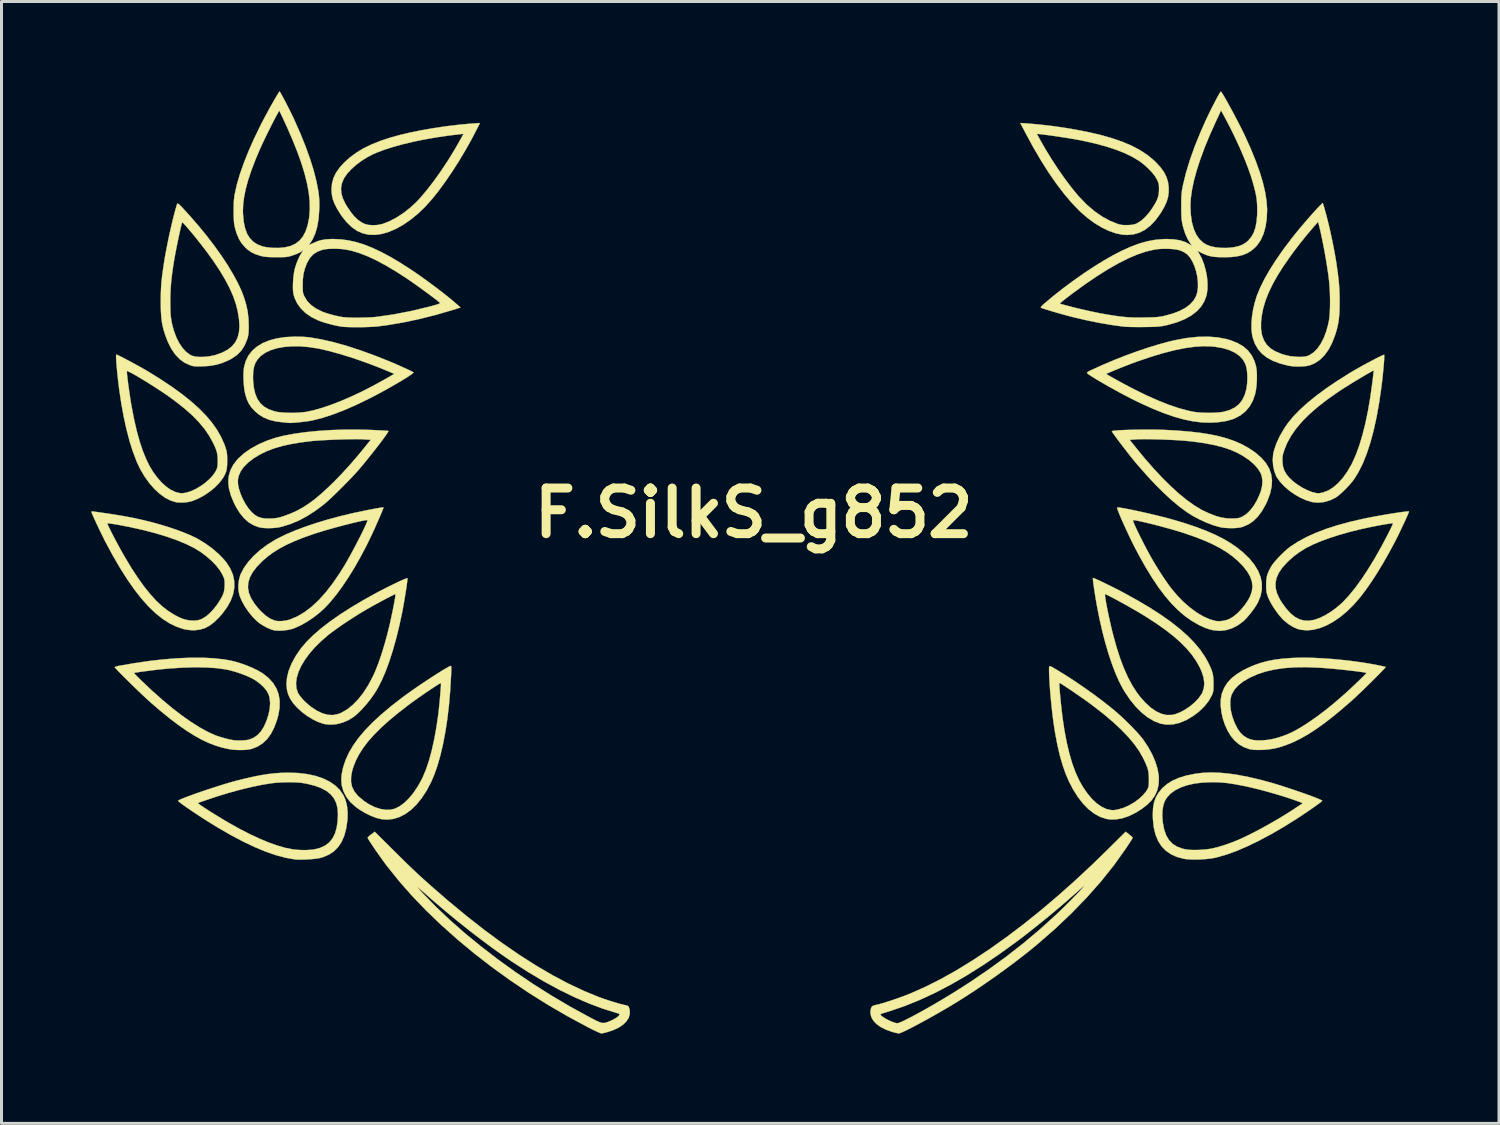
<source format=kicad_pcb>
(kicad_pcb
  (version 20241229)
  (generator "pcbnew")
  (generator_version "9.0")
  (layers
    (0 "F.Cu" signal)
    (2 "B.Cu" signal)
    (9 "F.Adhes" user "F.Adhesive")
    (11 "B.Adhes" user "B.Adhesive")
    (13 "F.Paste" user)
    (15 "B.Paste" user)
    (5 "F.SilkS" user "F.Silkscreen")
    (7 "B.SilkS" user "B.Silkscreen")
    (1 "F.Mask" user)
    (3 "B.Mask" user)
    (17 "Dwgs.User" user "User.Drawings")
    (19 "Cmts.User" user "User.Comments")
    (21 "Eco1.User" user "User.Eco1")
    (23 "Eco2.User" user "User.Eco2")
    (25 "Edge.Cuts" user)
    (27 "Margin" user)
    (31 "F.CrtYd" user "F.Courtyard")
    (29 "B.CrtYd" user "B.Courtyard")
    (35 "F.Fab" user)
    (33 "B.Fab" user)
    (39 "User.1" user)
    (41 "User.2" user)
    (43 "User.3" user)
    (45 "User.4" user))
  (footprint "F.SilkS_g852"
    (layer "F.Cu")
    (at 22.117 14.081)
    (property "Reference" "F.SilkS_g852" (at 0 0 0) (layer "F.SilkS") (effects (font (size 1.524 1.524) (thickness 0.3))))
    (attr through_hole)
    (fp_poly (pts (xy -9.23 -12.846) (xy -9.422 -12.476) (xy -9.631 -12.105) (xy -9.851 -11.738) (xy -10.078 -11.384) (xy -10.308 -11.049) (xy -10.534 -10.74) (xy -10.745 -10.477) (xy -10.973 -10.224) (xy -11.209 -9.997) (xy -11.451 -9.799) (xy -11.695 -9.63) (xy -11.939 -9.493) (xy -12.18 -9.389) (xy -12.414 -9.32) (xy -12.639 -9.288) (xy -12.849 -9.293) (xy -13.051 -9.338) (xy -13.243 -9.423) (xy -13.425 -9.549) (xy -13.597 -9.716) (xy -13.761 -9.924) (xy -13.806 -9.992) (xy -13.913 -10.166) (xy -13.992 -10.319) (xy -14.047 -10.46) (xy -14.08 -10.598) (xy -14.095 -10.741) (xy -14.096 -10.813) (xy -14.095 -10.835) (xy -13.78 -10.835) (xy -13.768 -10.676) (xy -13.72 -10.51) (xy -13.635 -10.33) (xy -13.577 -10.233) (xy -13.452 -10.048) (xy -13.332 -9.901) (xy -13.211 -9.787) (xy -13.087 -9.701) (xy -12.98 -9.651) (xy -12.864 -9.621) (xy -12.725 -9.61) (xy -12.576 -9.617) (xy -12.432 -9.643) (xy -12.39 -9.654) (xy -12.163 -9.742) (xy -11.928 -9.865) (xy -11.693 -10.019) (xy -11.465 -10.198) (xy -11.249 -10.399) (xy -11.151 -10.504) (xy -10.917 -10.779) (xy -10.678 -11.088) (xy -10.438 -11.425) (xy -10.201 -11.783) (xy -9.974 -12.154) (xy -9.78 -12.496) (xy -9.689 -12.662) (xy -9.824 -12.648) (xy -10.226 -12.599) (xy -10.622 -12.54) (xy -11.007 -12.472) (xy -11.376 -12.396) (xy -11.724 -12.312) (xy -12.047 -12.223) (xy -12.339 -12.129) (xy -12.597 -12.031) (xy -12.713 -11.981) (xy -12.909 -11.878) (xy -13.099 -11.758) (xy -13.276 -11.625) (xy -13.433 -11.485) (xy -13.565 -11.342) (xy -13.665 -11.203) (xy -13.696 -11.145) (xy -13.756 -10.99) (xy -13.78 -10.835) (xy -14.095 -10.835) (xy -14.08 -11.007) (xy -14.031 -11.189) (xy -13.946 -11.364) (xy -13.823 -11.538) (xy -13.683 -11.693) (xy -13.486 -11.872) (xy -13.267 -12.033) (xy -13.024 -12.18) (xy -12.752 -12.312) (xy -12.448 -12.433) (xy -12.108 -12.544) (xy -11.822 -12.622) (xy -11.468 -12.706) (xy -11.083 -12.784) (xy -10.679 -12.854) (xy -10.267 -12.915) (xy -9.859 -12.964) (xy -9.465 -13.001) (xy -9.359 -13.008) (xy -9.141 -13.023) (xy -9.23 -12.846)) (stroke (width 0.01) (type solid)) (fill yes) (layer "F.SilkS"))
    (fp_poly (pts (xy 9.125 -13.009) (xy 9.516 -12.976) (xy 9.925 -12.929) (xy 10.341 -12.871) (xy 10.752 -12.802) (xy 11.146 -12.725) (xy 11.512 -12.642) (xy 11.589 -12.623) (xy 11.97 -12.515) (xy 12.313 -12.396) (xy 12.619 -12.266) (xy 12.893 -12.122) (xy 13.135 -11.964) (xy 13.35 -11.79) (xy 13.429 -11.715) (xy 13.585 -11.545) (xy 13.703 -11.381) (xy 13.786 -11.215) (xy 13.837 -11.044) (xy 13.859 -10.868) (xy 13.858 -10.705) (xy 13.837 -10.552) (xy 13.792 -10.4) (xy 13.721 -10.241) (xy 13.622 -10.066) (xy 13.577 -9.996) (xy 13.417 -9.777) (xy 13.248 -9.598) (xy 13.07 -9.46) (xy 12.882 -9.363) (xy 12.683 -9.304) (xy 12.472 -9.285) (xy 12.319 -9.294) (xy 12.099 -9.338) (xy 11.867 -9.418) (xy 11.628 -9.533) (xy 11.387 -9.678) (xy 11.148 -9.853) (xy 10.916 -10.054) (xy 10.872 -10.096) (xy 10.62 -10.358) (xy 10.365 -10.659) (xy 10.107 -10.998) (xy 9.848 -11.372) (xy 9.591 -11.778) (xy 9.335 -12.215) (xy 9.093 -12.663) (xy 9.455 -12.663) (xy 9.546 -12.496) (xy 9.744 -12.148) (xy 9.955 -11.804) (xy 10.174 -11.47) (xy 10.396 -11.154) (xy 10.616 -10.862) (xy 10.83 -10.603) (xy 10.87 -10.558) (xy 11.115 -10.305) (xy 11.37 -10.085) (xy 11.633 -9.901) (xy 11.9 -9.756) (xy 12.139 -9.659) (xy 12.226 -9.633) (xy 12.307 -9.619) (xy 12.399 -9.614) (xy 12.488 -9.615) (xy 12.592 -9.62) (xy 12.668 -9.629) (xy 12.732 -9.646) (xy 12.797 -9.673) (xy 12.813 -9.681) (xy 12.949 -9.768) (xy 13.087 -9.894) (xy 13.224 -10.057) (xy 13.31 -10.179) (xy 13.395 -10.315) (xy 13.456 -10.428) (xy 13.497 -10.529) (xy 13.522 -10.628) (xy 13.533 -10.734) (xy 13.535 -10.806) (xy 13.534 -10.902) (xy 13.528 -10.972) (xy 13.513 -11.032) (xy 13.486 -11.097) (xy 13.463 -11.145) (xy 13.396 -11.256) (xy 13.298 -11.378) (xy 13.177 -11.505) (xy 13.043 -11.627) (xy 12.901 -11.737) (xy 12.859 -11.766) (xy 12.637 -11.898) (xy 12.381 -12.021) (xy 12.088 -12.136) (xy 11.758 -12.243) (xy 11.389 -12.342) (xy 10.98 -12.434) (xy 10.927 -12.444) (xy 10.793 -12.47) (xy 10.627 -12.498) (xy 10.441 -12.529) (xy 10.244 -12.559) (xy 10.047 -12.589) (xy 9.86 -12.615) (xy 9.695 -12.636) (xy 9.591 -12.648) (xy 9.455 -12.663) (xy 9.093 -12.663) (xy 9.085 -12.677) (xy 8.904 -13.023) (xy 9.125 -13.009)) (stroke (width 0.01) (type solid)) (fill yes) (layer "F.SilkS"))
    (fp_poly (pts (xy -10.104 5.112) (xy -10.099 5.135) (xy -10.097 5.179) (xy -10.098 5.251) (xy -10.102 5.355) (xy -10.105 5.431) (xy -10.134 5.936) (xy -10.176 6.421) (xy -10.231 6.884) (xy -10.298 7.321) (xy -10.376 7.73) (xy -10.466 8.109) (xy -10.565 8.454) (xy -10.675 8.762) (xy -10.772 8.985) (xy -10.921 9.268) (xy -11.083 9.517) (xy -11.256 9.731) (xy -11.439 9.909) (xy -11.63 10.049) (xy -11.828 10.152) (xy -12.031 10.215) (xy -12.239 10.238) (xy -12.43 10.223) (xy -12.601 10.18) (xy -12.787 10.109) (xy -12.98 10.014) (xy -13.168 9.9) (xy -13.296 9.808) (xy -13.468 9.653) (xy -13.602 9.48) (xy -13.698 9.294) (xy -13.755 9.094) (xy -13.764 8.975) (xy -13.445 8.975) (xy -13.411 9.14) (xy -13.338 9.291) (xy -13.227 9.431) (xy -13.2 9.458) (xy -13.025 9.606) (xy -12.842 9.728) (xy -12.654 9.82) (xy -12.468 9.881) (xy -12.287 9.911) (xy -12.117 9.906) (xy -11.97 9.869) (xy -11.814 9.788) (xy -11.657 9.67) (xy -11.502 9.517) (xy -11.353 9.334) (xy -11.212 9.124) (xy -11.084 8.892) (xy -11.051 8.824) (xy -10.943 8.567) (xy -10.843 8.27) (xy -10.752 7.938) (xy -10.67 7.571) (xy -10.597 7.173) (xy -10.535 6.747) (xy -10.532 6.72) (xy -10.518 6.605) (xy -10.504 6.474) (xy -10.49 6.335) (xy -10.477 6.195) (xy -10.465 6.059) (xy -10.455 5.934) (xy -10.447 5.828) (xy -10.443 5.745) (xy -10.442 5.693) (xy -10.444 5.678) (xy -10.465 5.685) (xy -10.516 5.714) (xy -10.591 5.761) (xy -10.688 5.823) (xy -10.8 5.898) (xy -10.923 5.981) (xy -11.053 6.07) (xy -11.184 6.162) (xy -11.313 6.253) (xy -11.434 6.341) (xy -11.53 6.412) (xy -11.871 6.676) (xy -12.174 6.927) (xy -12.441 7.168) (xy -12.673 7.399) (xy -12.873 7.624) (xy -13.04 7.844) (xy -13.179 8.061) (xy -13.289 8.277) (xy -13.373 8.494) (xy -13.403 8.593) (xy -13.442 8.794) (xy -13.445 8.975) (xy -13.764 8.975) (xy -13.771 8.884) (xy -13.759 8.736) (xy -13.708 8.49) (xy -13.627 8.246) (xy -13.516 8.003) (xy -13.371 7.758) (xy -13.194 7.511) (xy -12.982 7.259) (xy -12.734 7.002) (xy -12.449 6.738) (xy -12.126 6.466) (xy -11.763 6.183) (xy -11.695 6.132) (xy -11.558 6.032) (xy -11.406 5.924) (xy -11.244 5.812) (xy -11.077 5.698) (xy -10.908 5.586) (xy -10.744 5.478) (xy -10.589 5.378) (xy -10.447 5.289) (xy -10.323 5.214) (xy -10.223 5.156) (xy -10.15 5.118) (xy -10.128 5.109) (xy -10.114 5.106) (xy -10.104 5.112)) (stroke (width 0.01) (type solid)) (fill yes) (layer "F.SilkS"))
    (fp_poly (pts (xy 21.054 -5.285) (xy 21.057 -5.258) (xy 21.056 -5.196) (xy 21.052 -5.103) (xy 21.043 -4.986) (xy 21.031 -4.849) (xy 21.017 -4.7) (xy 21.001 -4.543) (xy 20.983 -4.384) (xy 20.964 -4.229) (xy 20.964 -4.223) (xy 20.887 -3.692) (xy 20.8 -3.203) (xy 20.701 -2.754) (xy 20.591 -2.345) (xy 20.469 -1.976) (xy 20.337 -1.648) (xy 20.192 -1.36) (xy 20.059 -1.143) (xy 19.984 -1.044) (xy 19.89 -0.934) (xy 19.784 -0.821) (xy 19.675 -0.713) (xy 19.57 -0.618) (xy 19.478 -0.545) (xy 19.43 -0.513) (xy 19.235 -0.42) (xy 19.035 -0.364) (xy 18.836 -0.346) (xy 18.643 -0.367) (xy 18.635 -0.369) (xy 18.446 -0.427) (xy 18.252 -0.514) (xy 18.061 -0.624) (xy 17.881 -0.752) (xy 17.717 -0.893) (xy 17.579 -1.041) (xy 17.473 -1.19) (xy 17.446 -1.238) (xy 17.385 -1.399) (xy 17.346 -1.582) (xy 17.334 -1.759) (xy 17.655 -1.759) (xy 17.657 -1.716) (xy 17.675 -1.558) (xy 17.718 -1.421) (xy 17.791 -1.294) (xy 17.882 -1.183) (xy 18.006 -1.064) (xy 18.153 -0.952) (xy 18.313 -0.851) (xy 18.477 -0.767) (xy 18.637 -0.703) (xy 18.783 -0.666) (xy 18.85 -0.658) (xy 18.893 -0.662) (xy 18.96 -0.675) (xy 19.019 -0.689) (xy 19.189 -0.753) (xy 19.356 -0.858) (xy 19.52 -1) (xy 19.678 -1.178) (xy 19.827 -1.388) (xy 19.966 -1.629) (xy 19.993 -1.683) (xy 20.114 -1.955) (xy 20.227 -2.266) (xy 20.331 -2.615) (xy 20.428 -3.001) (xy 20.515 -3.42) (xy 20.592 -3.87) (xy 20.659 -4.351) (xy 20.692 -4.632) (xy 20.707 -4.766) (xy 20.582 -4.697) (xy 20.442 -4.617) (xy 20.277 -4.52) (xy 20.099 -4.413) (xy 19.918 -4.302) (xy 19.746 -4.194) (xy 19.594 -4.096) (xy 19.523 -4.049) (xy 19.16 -3.795) (xy 18.839 -3.546) (xy 18.557 -3.3) (xy 18.314 -3.057) (xy 18.109 -2.814) (xy 17.941 -2.572) (xy 17.809 -2.329) (xy 17.716 -2.097) (xy 17.684 -1.995) (xy 17.664 -1.916) (xy 17.656 -1.843) (xy 17.655 -1.759) (xy 17.334 -1.759) (xy 17.333 -1.774) (xy 17.347 -1.96) (xy 17.367 -2.059) (xy 17.45 -2.312) (xy 17.57 -2.572) (xy 17.722 -2.832) (xy 17.846 -3.011) (xy 18.023 -3.227) (xy 18.24 -3.45) (xy 18.496 -3.681) (xy 18.789 -3.919) (xy 19.118 -4.162) (xy 19.482 -4.409) (xy 19.88 -4.66) (xy 19.981 -4.721) (xy 20.097 -4.789) (xy 20.225 -4.861) (xy 20.359 -4.936) (xy 20.495 -5.01) (xy 20.627 -5.08) (xy 20.75 -5.144) (xy 20.859 -5.2) (xy 20.948 -5.243) (xy 21.014 -5.273) (xy 21.049 -5.285) (xy 21.054 -5.285)) (stroke (width 0.01) (type solid)) (fill yes) (layer "F.SilkS"))
    (fp_poly (pts (xy 19.051 -10.2) (xy 19.112 -9.983) (xy 19.176 -9.734) (xy 19.24 -9.464) (xy 19.302 -9.184) (xy 19.359 -8.902) (xy 19.41 -8.631) (xy 19.453 -8.38) (xy 19.471 -8.255) (xy 19.501 -8.038) (xy 19.524 -7.853) (xy 19.541 -7.69) (xy 19.553 -7.539) (xy 19.561 -7.39) (xy 19.565 -7.234) (xy 19.566 -7.06) (xy 19.566 -7.038) (xy 19.564 -6.819) (xy 19.555 -6.632) (xy 19.54 -6.468) (xy 19.516 -6.317) (xy 19.483 -6.169) (xy 19.438 -6.013) (xy 19.419 -5.952) (xy 19.317 -5.686) (xy 19.197 -5.457) (xy 19.06 -5.267) (xy 18.906 -5.114) (xy 18.735 -5.001) (xy 18.569 -4.932) (xy 18.455 -4.908) (xy 18.313 -4.894) (xy 18.157 -4.891) (xy 18.002 -4.899) (xy 17.862 -4.919) (xy 17.843 -4.923) (xy 17.572 -4.994) (xy 17.337 -5.083) (xy 17.139 -5.19) (xy 16.975 -5.319) (xy 16.843 -5.469) (xy 16.742 -5.642) (xy 16.67 -5.84) (xy 16.645 -5.948) (xy 16.624 -6.124) (xy 16.624 -6.143) (xy 16.942 -6.143) (xy 16.975 -5.94) (xy 17.04 -5.764) (xy 17.138 -5.614) (xy 17.27 -5.49) (xy 17.413 -5.402) (xy 17.665 -5.297) (xy 17.92 -5.235) (xy 18.182 -5.213) (xy 18.235 -5.213) (xy 18.341 -5.217) (xy 18.418 -5.225) (xy 18.48 -5.24) (xy 18.54 -5.264) (xy 18.567 -5.277) (xy 18.699 -5.364) (xy 18.822 -5.488) (xy 18.934 -5.648) (xy 19.033 -5.838) (xy 19.117 -6.056) (xy 19.184 -6.298) (xy 19.212 -6.435) (xy 19.229 -6.565) (xy 19.24 -6.727) (xy 19.247 -6.913) (xy 19.247 -7.115) (xy 19.243 -7.322) (xy 19.233 -7.526) (xy 19.217 -7.719) (xy 19.211 -7.779) (xy 19.185 -7.984) (xy 19.151 -8.212) (xy 19.112 -8.456) (xy 19.068 -8.705) (xy 19.022 -8.952) (xy 18.974 -9.187) (xy 18.928 -9.402) (xy 18.883 -9.587) (xy 18.864 -9.661) (xy 18.847 -9.723) (xy 18.681 -9.534) (xy 18.468 -9.283) (xy 18.248 -9.01) (xy 18.036 -8.733) (xy 17.92 -8.574) (xy 17.69 -8.243) (xy 17.494 -7.933) (xy 17.33 -7.64) (xy 17.196 -7.362) (xy 17.092 -7.096) (xy 17.015 -6.837) (xy 16.965 -6.584) (xy 16.942 -6.373) (xy 16.942 -6.143) (xy 16.624 -6.143) (xy 16.623 -6.327) (xy 16.64 -6.549) (xy 16.675 -6.779) (xy 16.727 -7.009) (xy 16.793 -7.228) (xy 16.8 -7.249) (xy 16.911 -7.52) (xy 17.056 -7.813) (xy 17.235 -8.125) (xy 17.445 -8.455) (xy 17.685 -8.8) (xy 17.956 -9.158) (xy 18.062 -9.292) (xy 18.161 -9.415) (xy 18.273 -9.549) (xy 18.391 -9.689) (xy 18.511 -9.827) (xy 18.627 -9.959) (xy 18.735 -10.079) (xy 18.828 -10.181) (xy 18.902 -10.258) (xy 18.929 -10.284) (xy 19.004 -10.356) (xy 19.051 -10.2)) (stroke (width 0.01) (type solid)) (fill yes) (layer "F.SilkS"))
    (fp_poly (pts (xy 13.271 -2.786) (xy 13.449 -2.784) (xy 13.616 -2.78) (xy 13.739 -2.775) (xy 14.173 -2.751) (xy 14.568 -2.718) (xy 14.927 -2.676) (xy 15.254 -2.623) (xy 15.552 -2.56) (xy 15.823 -2.484) (xy 16.071 -2.397) (xy 16.298 -2.296) (xy 16.508 -2.181) (xy 16.705 -2.052) (xy 16.76 -2.011) (xy 16.95 -1.847) (xy 17.1 -1.675) (xy 17.209 -1.494) (xy 17.278 -1.303) (xy 17.308 -1.101) (xy 17.297 -0.886) (xy 17.247 -0.657) (xy 17.157 -0.414) (xy 17.097 -0.286) (xy 16.971 -0.062) (xy 16.833 0.123) (xy 16.682 0.27) (xy 16.516 0.382) (xy 16.332 0.46) (xy 16.274 0.477) (xy 16.182 0.493) (xy 16.061 0.503) (xy 15.926 0.505) (xy 15.79 0.5) (xy 15.665 0.489) (xy 15.589 0.476) (xy 15.37 0.415) (xy 15.135 0.327) (xy 14.895 0.219) (xy 14.662 0.094) (xy 14.481 -0.019) (xy 14.234 -0.199) (xy 13.972 -0.416) (xy 13.697 -0.668) (xy 13.409 -0.955) (xy 13.112 -1.274) (xy 12.806 -1.623) (xy 12.72 -1.725) (xy 12.656 -1.804) (xy 12.579 -1.9) (xy 12.493 -2.009) (xy 12.404 -2.125) (xy 12.313 -2.243) (xy 12.225 -2.359) (xy 12.16 -2.445) (xy 12.555 -2.445) (xy 12.766 -2.18) (xy 13.068 -1.813) (xy 13.365 -1.474) (xy 13.655 -1.164) (xy 13.937 -0.886) (xy 14.208 -0.64) (xy 14.468 -0.429) (xy 14.715 -0.253) (xy 14.947 -0.113) (xy 15.005 -0.083) (xy 15.232 0.022) (xy 15.436 0.1) (xy 15.625 0.152) (xy 15.805 0.179) (xy 15.981 0.184) (xy 16.087 0.18) (xy 16.164 0.172) (xy 16.225 0.159) (xy 16.283 0.137) (xy 16.326 0.117) (xy 16.458 0.03) (xy 16.585 -0.094) (xy 16.704 -0.25) (xy 16.811 -0.434) (xy 16.903 -0.64) (xy 16.936 -0.73) (xy 16.978 -0.906) (xy 16.988 -1.077) (xy 16.965 -1.235) (xy 16.926 -1.34) (xy 16.834 -1.485) (xy 16.705 -1.63) (xy 16.541 -1.77) (xy 16.347 -1.902) (xy 16.14 -2.016) (xy 15.918 -2.113) (xy 15.665 -2.197) (xy 15.379 -2.27) (xy 15.057 -2.332) (xy 14.698 -2.383) (xy 14.531 -2.401) (xy 14.389 -2.414) (xy 14.22 -2.427) (xy 14.031 -2.438) (xy 13.831 -2.447) (xy 13.627 -2.455) (xy 13.426 -2.461) (xy 13.236 -2.465) (xy 13.064 -2.467) (xy 12.919 -2.466) (xy 12.807 -2.462) (xy 12.792 -2.461) (xy 12.555 -2.445) (xy 12.16 -2.445) (xy 12.144 -2.467) (xy 12.073 -2.563) (xy 12.016 -2.642) (xy 11.977 -2.698) (xy 11.96 -2.727) (xy 11.959 -2.729) (xy 11.98 -2.739) (xy 12.037 -2.749) (xy 12.128 -2.757) (xy 12.246 -2.765) (xy 12.388 -2.772) (xy 12.547 -2.777) (xy 12.72 -2.782) (xy 12.902 -2.784) (xy 13.087 -2.786) (xy 13.271 -2.786)) (stroke (width 0.01) (type solid)) (fill yes) (layer "F.SilkS"))
    (fp_poly (pts (xy 11.351 2.174) (xy 11.406 2.195) (xy 11.487 2.232) (xy 11.591 2.279) (xy 11.711 2.337) (xy 11.843 2.401) (xy 11.98 2.469) (xy 12.118 2.538) (xy 12.252 2.607) (xy 12.372 2.671) (xy 12.825 2.922) (xy 13.238 3.167) (xy 13.611 3.408) (xy 13.946 3.646) (xy 14.243 3.881) (xy 14.503 4.114) (xy 14.728 4.346) (xy 14.919 4.578) (xy 15.077 4.811) (xy 15.176 4.99) (xy 15.244 5.132) (xy 15.293 5.249) (xy 15.325 5.354) (xy 15.344 5.459) (xy 15.353 5.576) (xy 15.356 5.694) (xy 15.355 5.81) (xy 15.351 5.894) (xy 15.344 5.957) (xy 15.33 6.011) (xy 15.31 6.064) (xy 15.305 6.075) (xy 15.197 6.27) (xy 15.05 6.458) (xy 14.867 6.634) (xy 14.668 6.783) (xy 14.441 6.916) (xy 14.22 7.008) (xy 14.005 7.058) (xy 13.796 7.067) (xy 13.595 7.035) (xy 13.578 7.03) (xy 13.37 6.949) (xy 13.164 6.828) (xy 12.961 6.668) (xy 12.764 6.473) (xy 12.576 6.243) (xy 12.397 5.98) (xy 12.322 5.854) (xy 12.2 5.619) (xy 12.08 5.346) (xy 11.963 5.039) (xy 11.85 4.701) (xy 11.743 4.337) (xy 11.643 3.952) (xy 11.551 3.548) (xy 11.468 3.131) (xy 11.422 2.868) (xy 11.4 2.729) (xy 11.731 2.729) (xy 11.735 2.785) (xy 11.747 2.872) (xy 11.766 2.986) (xy 11.791 3.12) (xy 11.821 3.271) (xy 11.855 3.433) (xy 11.892 3.601) (xy 11.93 3.771) (xy 11.97 3.937) (xy 11.994 4.032) (xy 12.109 4.454) (xy 12.231 4.836) (xy 12.361 5.179) (xy 12.498 5.487) (xy 12.645 5.761) (xy 12.802 6.003) (xy 12.9 6.132) (xy 13.082 6.338) (xy 13.263 6.502) (xy 13.443 6.625) (xy 13.62 6.706) (xy 13.796 6.745) (xy 13.97 6.742) (xy 14.077 6.718) (xy 14.243 6.654) (xy 14.412 6.562) (xy 14.576 6.45) (xy 14.727 6.323) (xy 14.855 6.188) (xy 14.953 6.052) (xy 14.976 6.01) (xy 15.031 5.855) (xy 15.048 5.685) (xy 15.025 5.5) (xy 14.963 5.301) (xy 14.9 5.16) (xy 14.779 4.945) (xy 14.633 4.734) (xy 14.459 4.527) (xy 14.255 4.32) (xy 14.019 4.112) (xy 13.749 3.901) (xy 13.442 3.685) (xy 13.097 3.461) (xy 13.07 3.444) (xy 12.954 3.374) (xy 12.823 3.295) (xy 12.68 3.213) (xy 12.532 3.128) (xy 12.383 3.045) (xy 12.239 2.965) (xy 12.103 2.891) (xy 11.981 2.826) (xy 11.878 2.773) (xy 11.799 2.734) (xy 11.749 2.713) (xy 11.735 2.709) (xy 11.731 2.729) (xy 11.4 2.729) (xy 11.392 2.678) (xy 11.366 2.513) (xy 11.347 2.377) (xy 11.334 2.272) (xy 11.327 2.202) (xy 11.328 2.17) (xy 11.329 2.169) (xy 11.351 2.174)) (stroke (width 0.01) (type solid)) (fill yes) (layer "F.SilkS"))
    (fp_poly (pts (xy 15.492 -5.865) (xy 15.794 -5.807) (xy 15.938 -5.764) (xy 16.164 -5.673) (xy 16.354 -5.56) (xy 16.51 -5.423) (xy 16.632 -5.262) (xy 16.723 -5.075) (xy 16.777 -4.893) (xy 16.795 -4.77) (xy 16.804 -4.62) (xy 16.803 -4.454) (xy 16.793 -4.285) (xy 16.775 -4.125) (xy 16.749 -3.989) (xy 16.745 -3.973) (xy 16.667 -3.75) (xy 16.559 -3.557) (xy 16.42 -3.393) (xy 16.252 -3.259) (xy 16.054 -3.156) (xy 15.965 -3.123) (xy 15.756 -3.068) (xy 15.518 -3.033) (xy 15.258 -3.018) (xy 14.984 -3.025) (xy 14.944 -3.028) (xy 14.667 -3.062) (xy 14.37 -3.123) (xy 14.051 -3.212) (xy 13.709 -3.33) (xy 13.343 -3.477) (xy 12.949 -3.653) (xy 12.732 -3.758) (xy 12.577 -3.836) (xy 12.409 -3.923) (xy 12.234 -4.016) (xy 12.057 -4.113) (xy 11.881 -4.211) (xy 11.712 -4.307) (xy 11.556 -4.398) (xy 11.416 -4.482) (xy 11.298 -4.555) (xy 11.206 -4.615) (xy 11.167 -4.644) (xy 11.774 -4.644) (xy 11.801 -4.626) (xy 11.86 -4.59) (xy 11.945 -4.542) (xy 12.049 -4.483) (xy 12.167 -4.418) (xy 12.293 -4.349) (xy 12.421 -4.28) (xy 12.546 -4.214) (xy 12.661 -4.154) (xy 12.711 -4.128) (xy 13.123 -3.926) (xy 13.508 -3.755) (xy 13.866 -3.613) (xy 14.2 -3.501) (xy 14.509 -3.417) (xy 14.7 -3.378) (xy 14.821 -3.362) (xy 14.968 -3.352) (xy 15.13 -3.347) (xy 15.295 -3.347) (xy 15.451 -3.353) (xy 15.587 -3.364) (xy 15.68 -3.378) (xy 15.887 -3.436) (xy 16.06 -3.519) (xy 16.202 -3.63) (xy 16.313 -3.769) (xy 16.396 -3.939) (xy 16.453 -4.141) (xy 16.46 -4.181) (xy 16.48 -4.345) (xy 16.487 -4.515) (xy 16.48 -4.682) (xy 16.46 -4.832) (xy 16.428 -4.954) (xy 16.425 -4.963) (xy 16.345 -5.113) (xy 16.228 -5.242) (xy 16.076 -5.351) (xy 15.889 -5.439) (xy 15.668 -5.506) (xy 15.415 -5.55) (xy 15.289 -5.563) (xy 15.021 -5.571) (xy 14.726 -5.552) (xy 14.402 -5.507) (xy 14.05 -5.436) (xy 13.668 -5.338) (xy 13.255 -5.213) (xy 12.811 -5.062) (xy 12.647 -5.002) (xy 12.549 -4.965) (xy 12.437 -4.921) (xy 12.317 -4.874) (xy 12.195 -4.825) (xy 12.078 -4.777) (xy 11.971 -4.733) (xy 11.882 -4.695) (xy 11.816 -4.666) (xy 11.779 -4.648) (xy 11.774 -4.644) (xy 11.167 -4.644) (xy 11.146 -4.66) (xy 11.137 -4.668) (xy 11.129 -4.683) (xy 11.144 -4.702) (xy 11.184 -4.728) (xy 11.257 -4.765) (xy 11.295 -4.783) (xy 11.661 -4.949) (xy 12.04 -5.109) (xy 12.425 -5.261) (xy 12.81 -5.401) (xy 13.185 -5.527) (xy 13.545 -5.637) (xy 13.88 -5.728) (xy 14.044 -5.766) (xy 14.44 -5.841) (xy 14.814 -5.882) (xy 15.165 -5.89) (xy 15.492 -5.865)) (stroke (width 0.01) (type solid)) (fill yes) (layer "F.SilkS"))
    (fp_poly (pts (xy 15.543 8.672) (xy 15.855 8.7) (xy 16.192 8.75) (xy 16.556 8.822) (xy 16.951 8.916) (xy 17.184 8.978) (xy 17.321 9.017) (xy 17.476 9.063) (xy 17.642 9.115) (xy 17.817 9.172) (xy 17.994 9.231) (xy 18.171 9.291) (xy 18.341 9.35) (xy 18.501 9.407) (xy 18.646 9.46) (xy 18.77 9.508) (xy 18.871 9.549) (xy 18.943 9.581) (xy 18.981 9.603) (xy 18.986 9.609) (xy 18.97 9.628) (xy 18.922 9.666) (xy 18.849 9.72) (xy 18.755 9.788) (xy 18.645 9.866) (xy 18.523 9.95) (xy 18.395 10.037) (xy 18.265 10.123) (xy 18.138 10.206) (xy 18.119 10.219) (xy 17.689 10.487) (xy 17.275 10.727) (xy 16.878 10.939) (xy 16.5 11.122) (xy 16.144 11.276) (xy 15.81 11.398) (xy 15.5 11.489) (xy 15.378 11.518) (xy 15.245 11.54) (xy 15.087 11.556) (xy 14.917 11.567) (xy 14.745 11.571) (xy 14.584 11.568) (xy 14.445 11.558) (xy 14.369 11.547) (xy 14.137 11.485) (xy 13.935 11.396) (xy 13.763 11.276) (xy 13.619 11.128) (xy 13.505 10.949) (xy 13.419 10.739) (xy 13.361 10.499) (xy 13.332 10.226) (xy 13.329 10.131) (xy 13.645 10.131) (xy 13.662 10.336) (xy 13.701 10.544) (xy 13.708 10.571) (xy 13.774 10.761) (xy 13.866 10.917) (xy 13.985 11.043) (xy 14.134 11.139) (xy 14.314 11.206) (xy 14.417 11.23) (xy 14.55 11.247) (xy 14.711 11.253) (xy 14.888 11.249) (xy 15.067 11.236) (xy 15.237 11.215) (xy 15.333 11.197) (xy 15.528 11.147) (xy 15.744 11.08) (xy 15.97 11) (xy 16.191 10.91) (xy 16.239 10.889) (xy 16.467 10.783) (xy 16.72 10.656) (xy 16.989 10.513) (xy 17.265 10.359) (xy 17.541 10.199) (xy 17.806 10.037) (xy 18.052 9.88) (xy 18.116 9.837) (xy 18.337 9.689) (xy 18.233 9.649) (xy 18.019 9.571) (xy 17.774 9.489) (xy 17.508 9.407) (xy 17.233 9.327) (xy 16.959 9.252) (xy 16.696 9.186) (xy 16.456 9.131) (xy 16.372 9.113) (xy 16.16 9.073) (xy 15.98 9.041) (xy 15.821 9.018) (xy 15.675 9.003) (xy 15.532 8.993) (xy 15.381 8.989) (xy 15.293 8.988) (xy 14.997 9) (xy 14.725 9.033) (xy 14.479 9.089) (xy 14.26 9.164) (xy 14.072 9.259) (xy 13.917 9.373) (xy 13.796 9.505) (xy 13.728 9.619) (xy 13.678 9.764) (xy 13.65 9.938) (xy 13.645 10.131) (xy 13.329 10.131) (xy 13.327 10.075) (xy 13.336 9.857) (xy 13.368 9.668) (xy 13.425 9.502) (xy 13.511 9.351) (xy 13.628 9.207) (xy 13.661 9.173) (xy 13.812 9.044) (xy 13.989 8.935) (xy 14.196 8.844) (xy 14.435 8.77) (xy 14.711 8.712) (xy 14.717 8.711) (xy 14.977 8.677) (xy 15.251 8.664) (xy 15.543 8.672)) (stroke (width 0.01) (type solid)) (fill yes) (layer "F.SilkS"))
    (fp_poly (pts (xy -12.786 -2.775) (xy -12.634 -2.768) (xy -12.496 -2.761) (xy -12.377 -2.755) (xy -12.284 -2.749) (xy -12.222 -2.745) (xy -12.196 -2.741) (xy -12.196 -2.741) (xy -12.202 -2.719) (xy -12.233 -2.668) (xy -12.284 -2.593) (xy -12.354 -2.496) (xy -12.438 -2.383) (xy -12.534 -2.256) (xy -12.639 -2.121) (xy -12.75 -1.98) (xy -12.864 -1.838) (xy -12.977 -1.698) (xy -13.087 -1.565) (xy -13.192 -1.442) (xy -13.192 -1.441) (xy -13.285 -1.337) (xy -13.399 -1.215) (xy -13.526 -1.081) (xy -13.664 -0.941) (xy -13.804 -0.8) (xy -13.943 -0.664) (xy -14.074 -0.538) (xy -14.192 -0.428) (xy -14.291 -0.34) (xy -14.351 -0.289) (xy -14.638 -0.074) (xy -14.915 0.104) (xy -15.187 0.25) (xy -15.459 0.364) (xy -15.738 0.451) (xy -15.801 0.467) (xy -15.925 0.489) (xy -16.068 0.502) (xy -16.217 0.506) (xy -16.358 0.5) (xy -16.476 0.485) (xy -16.517 0.476) (xy -16.7 0.408) (xy -16.865 0.309) (xy -17.016 0.176) (xy -17.155 0.007) (xy -17.284 -0.2) (xy -17.356 -0.342) (xy -17.457 -0.586) (xy -17.52 -0.815) (xy -17.544 -1.03) (xy -17.538 -1.114) (xy -17.223 -1.114) (xy -17.221 -0.975) (xy -17.191 -0.816) (xy -17.137 -0.647) (xy -17.063 -0.475) (xy -16.974 -0.309) (xy -16.872 -0.157) (xy -16.763 -0.029) (xy -16.655 0.065) (xy -16.557 0.124) (xy -16.451 0.161) (xy -16.326 0.181) (xy -16.173 0.185) (xy -16.14 0.184) (xy -16.023 0.178) (xy -15.929 0.167) (xy -15.839 0.149) (xy -15.737 0.118) (xy -15.679 0.099) (xy -15.461 0.018) (xy -15.254 -0.076) (xy -15.053 -0.186) (xy -14.853 -0.316) (xy -14.648 -0.468) (xy -14.435 -0.648) (xy -14.207 -0.857) (xy -14.036 -1.022) (xy -13.758 -1.307) (xy -13.484 -1.607) (xy -13.205 -1.931) (xy -13.009 -2.17) (xy -12.787 -2.445) (xy -13.024 -2.461) (xy -13.127 -2.465) (xy -13.264 -2.467) (xy -13.428 -2.466) (xy -13.612 -2.462) (xy -13.809 -2.457) (xy -14.01 -2.449) (xy -14.209 -2.44) (xy -14.399 -2.43) (xy -14.57 -2.419) (xy -14.717 -2.407) (xy -14.764 -2.402) (xy -15.128 -2.357) (xy -15.454 -2.302) (xy -15.748 -2.237) (xy -16.013 -2.159) (xy -16.253 -2.067) (xy -16.474 -1.961) (xy -16.678 -1.839) (xy -16.688 -1.833) (xy -16.873 -1.693) (xy -17.021 -1.546) (xy -17.13 -1.393) (xy -17.198 -1.236) (xy -17.223 -1.114) (xy -17.538 -1.114) (xy -17.529 -1.232) (xy -17.474 -1.423) (xy -17.381 -1.605) (xy -17.247 -1.78) (xy -17.198 -1.832) (xy -17.011 -1.999) (xy -16.788 -2.154) (xy -16.535 -2.293) (xy -16.258 -2.414) (xy -15.963 -2.514) (xy -15.702 -2.58) (xy -15.35 -2.646) (xy -14.963 -2.7) (xy -14.549 -2.741) (xy -14.115 -2.77) (xy -13.666 -2.785) (xy -13.21 -2.786) (xy -12.786 -2.775)) (stroke (width 0.01) (type solid)) (fill yes) (layer "F.SilkS"))
    (fp_poly (pts (xy -18.4 4.832) (xy -18.027 4.851) (xy -17.687 4.889) (xy -17.484 4.923) (xy -17.304 4.967) (xy -17.11 5.026) (xy -16.913 5.098) (xy -16.724 5.177) (xy -16.553 5.261) (xy -16.412 5.343) (xy -16.39 5.357) (xy -16.2 5.509) (xy -16.048 5.676) (xy -15.936 5.859) (xy -15.862 6.057) (xy -15.828 6.272) (xy -15.831 6.503) (xy -15.874 6.752) (xy -15.92 6.917) (xy -16.013 7.166) (xy -16.122 7.377) (xy -16.249 7.551) (xy -16.396 7.691) (xy -16.562 7.797) (xy -16.751 7.872) (xy -16.795 7.884) (xy -16.898 7.902) (xy -17.029 7.912) (xy -17.176 7.914) (xy -17.325 7.908) (xy -17.462 7.894) (xy -17.515 7.885) (xy -17.746 7.834) (xy -17.975 7.764) (xy -18.207 7.674) (xy -18.444 7.562) (xy -18.69 7.425) (xy -18.946 7.263) (xy -19.216 7.074) (xy -19.503 6.856) (xy -19.809 6.607) (xy -20.13 6.332) (xy -20.207 6.263) (xy -20.301 6.176) (xy -20.408 6.076) (xy -20.524 5.965) (xy -20.645 5.849) (xy -20.768 5.73) (xy -20.887 5.612) (xy -21 5.5) (xy -21.103 5.397) (xy -21.158 5.341) (xy -20.694 5.341) (xy -20.682 5.357) (xy -20.644 5.398) (xy -20.586 5.458) (xy -20.512 5.532) (xy -20.452 5.59) (xy -20.098 5.925) (xy -19.753 6.232) (xy -19.42 6.511) (xy -19.098 6.759) (xy -18.791 6.975) (xy -18.5 7.159) (xy -18.227 7.309) (xy -17.973 7.424) (xy -17.966 7.426) (xy -17.864 7.462) (xy -17.737 7.5) (xy -17.601 7.537) (xy -17.472 7.567) (xy -17.378 7.585) (xy -17.281 7.594) (xy -17.164 7.596) (xy -17.044 7.592) (xy -16.934 7.582) (xy -16.851 7.567) (xy -16.847 7.566) (xy -16.699 7.506) (xy -16.569 7.416) (xy -16.455 7.295) (xy -16.357 7.139) (xy -16.27 6.946) (xy -16.203 6.742) (xy -16.16 6.54) (xy -16.147 6.348) (xy -16.164 6.173) (xy -16.195 6.063) (xy -16.256 5.946) (xy -16.351 5.825) (xy -16.474 5.708) (xy -16.616 5.601) (xy -16.757 5.518) (xy -16.923 5.441) (xy -17.112 5.367) (xy -17.31 5.302) (xy -17.5 5.249) (xy -17.643 5.219) (xy -17.942 5.179) (xy -18.279 5.157) (xy -18.651 5.151) (xy -19.055 5.162) (xy -19.492 5.19) (xy -19.59 5.198) (xy -19.7 5.209) (xy -19.828 5.222) (xy -19.966 5.238) (xy -20.108 5.255) (xy -20.248 5.273) (xy -20.38 5.29) (xy -20.496 5.306) (xy -20.591 5.321) (xy -20.659 5.332) (xy -20.692 5.34) (xy -20.694 5.341) (xy -21.158 5.341) (xy -21.192 5.306) (xy -21.263 5.232) (xy -21.312 5.179) (xy -21.335 5.15) (xy -21.336 5.146) (xy -21.317 5.134) (xy -21.267 5.119) (xy -21.196 5.103) (xy -21.193 5.103) (xy -20.675 5.013) (xy -20.174 4.94) (xy -19.694 4.886) (xy -19.236 4.85) (xy -18.804 4.832) (xy -18.4 4.832)) (stroke (width 0.01) (type solid)) (fill yes) (layer "F.SilkS"))
    (fp_poly (pts (xy -15.205 8.682) (xy -14.9 8.719) (xy -14.622 8.78) (xy -14.374 8.865) (xy -14.156 8.972) (xy -13.97 9.101) (xy -13.817 9.252) (xy -13.7 9.423) (xy -13.63 9.58) (xy -13.583 9.766) (xy -13.559 9.976) (xy -13.561 10.199) (xy -13.568 10.275) (xy -13.609 10.545) (xy -13.673 10.78) (xy -13.761 10.982) (xy -13.873 11.152) (xy -14.011 11.292) (xy -14.176 11.403) (xy -14.369 11.486) (xy -14.471 11.517) (xy -14.561 11.535) (xy -14.681 11.55) (xy -14.82 11.562) (xy -14.966 11.57) (xy -15.108 11.573) (xy -15.233 11.572) (xy -15.325 11.565) (xy -15.626 11.512) (xy -15.948 11.427) (xy -16.293 11.308) (xy -16.659 11.156) (xy -17.049 10.971) (xy -17.463 10.752) (xy -17.882 10.51) (xy -18.031 10.419) (xy -18.188 10.322) (xy -18.347 10.221) (xy -18.504 10.12) (xy -18.655 10.02) (xy -18.797 9.925) (xy -18.925 9.837) (xy -19.034 9.76) (xy -19.122 9.695) (xy -19.136 9.684) (xy -18.56 9.684) (xy -18.547 9.699) (xy -18.503 9.733) (xy -18.431 9.784) (xy -18.336 9.847) (xy -18.222 9.921) (xy -18.094 10.002) (xy -17.955 10.088) (xy -17.811 10.176) (xy -17.666 10.264) (xy -17.526 10.346) (xy -17.171 10.545) (xy -16.829 10.721) (xy -16.502 10.874) (xy -16.193 11.003) (xy -15.905 11.105) (xy -15.64 11.181) (xy -15.402 11.229) (xy -15.34 11.237) (xy -15.133 11.254) (xy -14.93 11.255) (xy -14.744 11.242) (xy -14.664 11.23) (xy -14.472 11.18) (xy -14.308 11.104) (xy -14.173 11) (xy -14.064 10.867) (xy -13.982 10.704) (xy -13.925 10.508) (xy -13.892 10.279) (xy -13.882 10.057) (xy -13.896 9.859) (xy -13.94 9.684) (xy -14.015 9.53) (xy -14.122 9.397) (xy -14.264 9.282) (xy -14.441 9.186) (xy -14.655 9.107) (xy -14.906 9.043) (xy -15.062 9.015) (xy -15.187 9) (xy -15.343 8.992) (xy -15.519 8.989) (xy -15.703 8.993) (xy -15.883 9.002) (xy -16.05 9.017) (xy -16.118 9.026) (xy -16.434 9.078) (xy -16.779 9.15) (xy -17.145 9.239) (xy -17.525 9.343) (xy -17.911 9.461) (xy -18.203 9.558) (xy -18.317 9.597) (xy -18.416 9.632) (xy -18.494 9.659) (xy -18.544 9.678) (xy -18.56 9.684) (xy -19.136 9.684) (xy -19.184 9.646) (xy -19.216 9.616) (xy -19.219 9.609) (xy -19.2 9.592) (xy -19.144 9.565) (xy -19.057 9.528) (xy -18.944 9.484) (xy -18.807 9.433) (xy -18.653 9.377) (xy -18.485 9.318) (xy -18.308 9.258) (xy -18.126 9.198) (xy -17.944 9.139) (xy -17.767 9.083) (xy -17.599 9.031) (xy -17.444 8.986) (xy -17.307 8.948) (xy -17.293 8.945) (xy -16.98 8.866) (xy -16.7 8.803) (xy -16.446 8.753) (xy -16.211 8.716) (xy -15.988 8.691) (xy -15.771 8.676) (xy -15.552 8.67) (xy -15.536 8.67) (xy -15.205 8.682)) (stroke (width 0.01) (type solid)) (fill yes) (layer "F.SilkS"))
    (fp_poly (pts (xy -15.165 -5.888) (xy -15.034 -5.883) (xy -14.914 -5.875) (xy -14.82 -5.865) (xy -14.817 -5.864) (xy -14.431 -5.797) (xy -14.018 -5.702) (xy -13.578 -5.578) (xy -13.11 -5.425) (xy -12.613 -5.243) (xy -12.15 -5.059) (xy -12.046 -5.015) (xy -11.93 -4.965) (xy -11.809 -4.911) (xy -11.69 -4.857) (xy -11.579 -4.807) (xy -11.484 -4.762) (xy -11.412 -4.727) (xy -11.368 -4.703) (xy -11.36 -4.698) (xy -11.368 -4.68) (xy -11.409 -4.644) (xy -11.481 -4.594) (xy -11.578 -4.53) (xy -11.698 -4.455) (xy -11.837 -4.372) (xy -11.99 -4.282) (xy -12.154 -4.189) (xy -12.326 -4.093) (xy -12.501 -3.998) (xy -12.676 -3.905) (xy -12.846 -3.817) (xy -12.859 -3.811) (xy -13.283 -3.606) (xy -13.684 -3.431) (xy -14.062 -3.287) (xy -14.414 -3.173) (xy -14.739 -3.091) (xy -14.753 -3.088) (xy -14.832 -3.074) (xy -14.934 -3.059) (xy -15.051 -3.045) (xy -15.172 -3.031) (xy -15.288 -3.02) (xy -15.389 -3.012) (xy -15.466 -3.008) (xy -15.505 -3.009) (xy -15.534 -3.012) (xy -15.595 -3.017) (xy -15.676 -3.024) (xy -15.716 -3.028) (xy -15.962 -3.06) (xy -16.176 -3.113) (xy -16.363 -3.19) (xy -16.528 -3.292) (xy -16.67 -3.416) (xy -16.774 -3.531) (xy -16.854 -3.648) (xy -16.916 -3.778) (xy -16.968 -3.935) (xy -16.979 -3.975) (xy -17.003 -4.098) (xy -17.021 -4.249) (xy -17.033 -4.414) (xy -17.036 -4.538) (xy -16.719 -4.538) (xy -16.715 -4.428) (xy -16.692 -4.188) (xy -16.645 -3.984) (xy -16.573 -3.811) (xy -16.476 -3.668) (xy -16.35 -3.554) (xy -16.195 -3.465) (xy -16.009 -3.399) (xy -15.926 -3.379) (xy -15.817 -3.363) (xy -15.677 -3.352) (xy -15.518 -3.347) (xy -15.351 -3.347) (xy -15.188 -3.353) (xy -15.04 -3.365) (xy -14.942 -3.378) (xy -14.689 -3.432) (xy -14.409 -3.512) (xy -14.104 -3.616) (xy -13.779 -3.742) (xy -13.438 -3.889) (xy -13.086 -4.055) (xy -12.726 -4.239) (xy -12.362 -4.438) (xy -12.313 -4.466) (xy -11.999 -4.646) (xy -12.09 -4.685) (xy -12.439 -4.83) (xy -12.796 -4.969) (xy -13.155 -5.098) (xy -13.509 -5.216) (xy -13.85 -5.32) (xy -14.171 -5.408) (xy -14.466 -5.477) (xy -14.549 -5.494) (xy -14.851 -5.541) (xy -15.142 -5.566) (xy -15.419 -5.567) (xy -15.677 -5.546) (xy -15.914 -5.504) (xy -16.125 -5.439) (xy -16.306 -5.354) (xy -16.454 -5.249) (xy -16.47 -5.235) (xy -16.566 -5.129) (xy -16.638 -5.013) (xy -16.685 -4.88) (xy -16.712 -4.723) (xy -16.719 -4.538) (xy -17.036 -4.538) (xy -17.037 -4.58) (xy -17.033 -4.732) (xy -17.02 -4.858) (xy -17.019 -4.862) (xy -16.964 -5.068) (xy -16.874 -5.253) (xy -16.748 -5.415) (xy -16.59 -5.555) (xy -16.398 -5.672) (xy -16.176 -5.764) (xy -15.923 -5.831) (xy -15.641 -5.874) (xy -15.33 -5.89) (xy -15.293 -5.89) (xy -15.165 -5.888)) (stroke (width 0.01) (type solid)) (fill yes) (layer "F.SilkS"))
    (fp_poly (pts (xy -11.561 2.177) (xy -11.561 2.208) (xy -11.568 2.274) (xy -11.58 2.37) (xy -11.597 2.489) (xy -11.618 2.626) (xy -11.642 2.773) (xy -11.667 2.926) (xy -11.694 3.078) (xy -11.72 3.222) (xy -11.745 3.353) (xy -11.748 3.365) (xy -11.842 3.802) (xy -11.945 4.216) (xy -12.055 4.605) (xy -12.171 4.964) (xy -12.292 5.291) (xy -12.417 5.582) (xy -12.545 5.834) (xy -12.556 5.853) (xy -12.664 6.029) (xy -12.792 6.21) (xy -12.932 6.386) (xy -13.077 6.549) (xy -13.219 6.691) (xy -13.352 6.803) (xy -13.356 6.806) (xy -13.537 6.919) (xy -13.733 7.001) (xy -13.935 7.051) (xy -14.136 7.067) (xy -14.328 7.047) (xy -14.372 7.036) (xy -14.551 6.974) (xy -14.734 6.884) (xy -14.916 6.771) (xy -15.088 6.642) (xy -15.243 6.501) (xy -15.373 6.356) (xy -15.471 6.211) (xy -15.49 6.176) (xy -15.547 6.044) (xy -15.581 5.919) (xy -15.597 5.782) (xy -15.599 5.692) (xy -15.599 5.684) (xy -15.282 5.684) (xy -15.268 5.852) (xy -15.218 6.003) (xy -15.163 6.092) (xy -15.081 6.195) (xy -14.978 6.302) (xy -14.864 6.405) (xy -14.775 6.476) (xy -14.581 6.603) (xy -14.397 6.69) (xy -14.222 6.738) (xy -14.053 6.747) (xy -13.887 6.716) (xy -13.771 6.672) (xy -13.578 6.56) (xy -13.389 6.409) (xy -13.206 6.221) (xy -13.032 6) (xy -12.87 5.748) (xy -12.721 5.468) (xy -12.64 5.291) (xy -12.535 5.026) (xy -12.43 4.724) (xy -12.329 4.394) (xy -12.232 4.042) (xy -12.142 3.674) (xy -12.061 3.297) (xy -12.058 3.281) (xy -12.023 3.105) (xy -11.997 2.968) (xy -11.979 2.864) (xy -11.967 2.79) (xy -11.963 2.742) (xy -11.964 2.716) (xy -11.971 2.709) (xy -11.997 2.719) (xy -12.054 2.747) (xy -12.137 2.789) (xy -12.24 2.842) (xy -12.358 2.904) (xy -12.483 2.972) (xy -12.612 3.042) (xy -12.738 3.111) (xy -12.855 3.177) (xy -12.954 3.234) (xy -13.144 3.347) (xy -13.344 3.472) (xy -13.546 3.604) (xy -13.743 3.735) (xy -13.925 3.863) (xy -14.086 3.98) (xy -14.203 4.07) (xy -14.441 4.276) (xy -14.653 4.485) (xy -14.836 4.695) (xy -14.989 4.905) (xy -15.112 5.111) (xy -15.202 5.311) (xy -15.259 5.503) (xy -15.282 5.684) (xy -15.599 5.684) (xy -15.58 5.48) (xy -15.523 5.255) (xy -15.428 5.022) (xy -15.297 4.782) (xy -15.132 4.539) (xy -15.116 4.519) (xy -14.937 4.307) (xy -14.716 4.087) (xy -14.456 3.861) (xy -14.158 3.63) (xy -13.822 3.395) (xy -13.45 3.156) (xy -13.043 2.913) (xy -12.605 2.671) (xy -12.459 2.593) (xy -12.309 2.517) (xy -12.161 2.442) (xy -12.019 2.373) (xy -11.888 2.31) (xy -11.773 2.257) (xy -11.678 2.216) (xy -11.608 2.188) (xy -11.569 2.176) (xy -11.561 2.177)) (stroke (width 0.01) (type solid)) (fill yes) (layer "F.SilkS"))
    (fp_poly (pts (xy -22.051 -0.051) (xy -21.747 -0.008) (xy -21.479 0.031) (xy -21.24 0.069) (xy -21.024 0.106) (xy -20.826 0.142) (xy -20.638 0.18) (xy -20.454 0.221) (xy -20.269 0.265) (xy -20.143 0.296) (xy -19.856 0.374) (xy -19.574 0.459) (xy -19.304 0.549) (xy -19.053 0.642) (xy -18.828 0.735) (xy -18.634 0.826) (xy -18.563 0.863) (xy -18.309 1.018) (xy -18.072 1.19) (xy -17.859 1.374) (xy -17.678 1.564) (xy -17.601 1.66) (xy -17.474 1.86) (xy -17.388 2.066) (xy -17.345 2.276) (xy -17.343 2.49) (xy -17.382 2.707) (xy -17.463 2.926) (xy -17.585 3.146) (xy -17.749 3.368) (xy -17.854 3.487) (xy -18.015 3.644) (xy -18.171 3.762) (xy -18.328 3.845) (xy -18.493 3.894) (xy -18.67 3.914) (xy -18.719 3.915) (xy -18.831 3.908) (xy -18.95 3.893) (xy -19.041 3.874) (xy -19.276 3.795) (xy -19.509 3.681) (xy -19.742 3.531) (xy -19.974 3.345) (xy -20.207 3.121) (xy -20.441 2.86) (xy -20.676 2.56) (xy -20.914 2.221) (xy -21.154 1.842) (xy -21.399 1.422) (xy -21.623 1.006) (xy -21.677 0.902) (xy -21.737 0.781) (xy -21.802 0.648) (xy -21.868 0.511) (xy -21.932 0.377) (xy -21.946 0.346) (xy -21.583 0.346) (xy -21.578 0.368) (xy -21.555 0.422) (xy -21.516 0.503) (xy -21.465 0.606) (xy -21.405 0.725) (xy -21.337 0.855) (xy -21.264 0.992) (xy -21.189 1.131) (xy -21.116 1.265) (xy -21.045 1.39) (xy -20.986 1.492) (xy -20.765 1.858) (xy -20.55 2.184) (xy -20.343 2.471) (xy -20.141 2.721) (xy -19.944 2.936) (xy -19.749 3.117) (xy -19.557 3.265) (xy -19.526 3.286) (xy -19.338 3.403) (xy -19.171 3.49) (xy -19.018 3.549) (xy -18.872 3.582) (xy -18.727 3.593) (xy -18.69 3.593) (xy -18.586 3.585) (xy -18.501 3.566) (xy -18.415 3.53) (xy -18.405 3.526) (xy -18.289 3.453) (xy -18.166 3.348) (xy -18.042 3.217) (xy -17.923 3.066) (xy -17.882 3.006) (xy -17.798 2.873) (xy -17.738 2.763) (xy -17.699 2.663) (xy -17.676 2.564) (xy -17.666 2.455) (xy -17.665 2.401) (xy -17.666 2.306) (xy -17.671 2.237) (xy -17.686 2.178) (xy -17.713 2.112) (xy -17.745 2.046) (xy -17.833 1.901) (xy -17.954 1.748) (xy -18.103 1.594) (xy -18.273 1.446) (xy -18.457 1.308) (xy -18.649 1.188) (xy -18.682 1.169) (xy -18.95 1.036) (xy -19.257 0.909) (xy -19.6 0.788) (xy -19.977 0.674) (xy -20.384 0.568) (xy -20.819 0.471) (xy -20.828 0.469) (xy -21 0.435) (xy -21.158 0.405) (xy -21.299 0.38) (xy -21.416 0.361) (xy -21.506 0.349) (xy -21.564 0.344) (xy -21.583 0.346) (xy -21.946 0.346) (xy -21.99 0.252) (xy -22.04 0.142) (xy -22.079 0.054) (xy -22.103 -0.004) (xy -22.107 -0.016) (xy -22.112 -0.046) (xy -22.095 -0.055) (xy -22.051 -0.051)) (stroke (width 0.01) (type solid)) (fill yes) (layer "F.SilkS"))
    (fp_poly (pts (xy -12.367 -0.186) (xy -12.361 -0.181) (xy -12.361 -0.181) (xy -12.37 -0.154) (xy -12.393 -0.094) (xy -12.428 -0.008) (xy -12.473 0.098) (xy -12.525 0.218) (xy -12.581 0.345) (xy -12.638 0.475) (xy -12.695 0.6) (xy -12.732 0.682) (xy -12.923 1.076) (xy -13.122 1.454) (xy -13.325 1.813) (xy -13.532 2.149) (xy -13.739 2.457) (xy -13.944 2.735) (xy -14.144 2.979) (xy -14.309 3.156) (xy -14.49 3.323) (xy -14.689 3.48) (xy -14.897 3.62) (xy -15.106 3.74) (xy -15.306 3.832) (xy -15.42 3.873) (xy -15.541 3.901) (xy -15.68 3.92) (xy -15.821 3.929) (xy -15.949 3.926) (xy -16.023 3.915) (xy -16.127 3.883) (xy -16.249 3.83) (xy -16.375 3.762) (xy -16.492 3.687) (xy -16.578 3.62) (xy -16.726 3.472) (xy -16.865 3.303) (xy -16.988 3.123) (xy -17.09 2.941) (xy -17.163 2.768) (xy -17.177 2.721) (xy -17.204 2.57) (xy -17.206 2.495) (xy -16.887 2.495) (xy -16.856 2.667) (xy -16.784 2.843) (xy -16.671 3.025) (xy -16.517 3.214) (xy -16.458 3.277) (xy -16.302 3.421) (xy -16.146 3.526) (xy -15.992 3.591) (xy -15.968 3.597) (xy -15.868 3.61) (xy -15.746 3.607) (xy -15.618 3.591) (xy -15.499 3.561) (xy -15.487 3.557) (xy -15.243 3.454) (xy -15.003 3.313) (xy -14.765 3.133) (xy -14.529 2.914) (xy -14.295 2.655) (xy -14.061 2.355) (xy -13.828 2.015) (xy -13.677 1.774) (xy -13.602 1.647) (xy -13.522 1.505) (xy -13.437 1.352) (xy -13.352 1.194) (xy -13.268 1.034) (xy -13.187 0.877) (xy -13.111 0.728) (xy -13.043 0.59) (xy -12.986 0.469) (xy -12.941 0.369) (xy -12.91 0.295) (xy -12.897 0.25) (xy -12.898 0.24) (xy -12.926 0.237) (xy -12.989 0.246) (xy -13.083 0.263) (xy -13.204 0.29) (xy -13.346 0.323) (xy -13.505 0.362) (xy -13.675 0.405) (xy -13.853 0.452) (xy -14.033 0.501) (xy -14.21 0.551) (xy -14.38 0.601) (xy -14.537 0.649) (xy -14.678 0.694) (xy -14.69 0.698) (xy -15.027 0.817) (xy -15.326 0.936) (xy -15.591 1.056) (xy -15.827 1.181) (xy -16.039 1.312) (xy -16.23 1.452) (xy -16.404 1.603) (xy -16.422 1.62) (xy -16.598 1.803) (xy -16.732 1.98) (xy -16.825 2.153) (xy -16.877 2.324) (xy -16.887 2.495) (xy -17.206 2.495) (xy -17.207 2.402) (xy -17.186 2.231) (xy -17.144 2.074) (xy -17.131 2.042) (xy -17.024 1.836) (xy -16.878 1.632) (xy -16.697 1.432) (xy -16.484 1.24) (xy -16.244 1.06) (xy -15.979 0.896) (xy -15.896 0.85) (xy -15.628 0.718) (xy -15.321 0.588) (xy -14.982 0.46) (xy -14.615 0.336) (xy -14.223 0.218) (xy -13.813 0.107) (xy -13.388 0.005) (xy -12.954 -0.086) (xy -12.869 -0.103) (xy -12.708 -0.134) (xy -12.584 -0.157) (xy -12.492 -0.173) (xy -12.428 -0.183) (xy -12.388 -0.187) (xy -12.367 -0.186)) (stroke (width 0.01) (type solid)) (fill yes) (layer "F.SilkS"))
    (fp_poly (pts (xy 9.941 5.132) (xy 10.007 5.168) (xy 10.101 5.224) (xy 10.168 5.264) (xy 10.456 5.442) (xy 10.757 5.638) (xy 11.061 5.847) (xy 11.361 6.061) (xy 11.646 6.274) (xy 11.91 6.481) (xy 12.095 6.635) (xy 12.234 6.757) (xy 12.38 6.893) (xy 12.527 7.036) (xy 12.667 7.179) (xy 12.796 7.315) (xy 12.905 7.439) (xy 12.989 7.543) (xy 13 7.556) (xy 13.167 7.805) (xy 13.305 8.055) (xy 13.412 8.303) (xy 13.486 8.542) (xy 13.525 8.769) (xy 13.531 8.879) (xy 13.519 9.081) (xy 13.475 9.266) (xy 13.398 9.436) (xy 13.287 9.594) (xy 13.138 9.743) (xy 12.951 9.886) (xy 12.759 10.006) (xy 12.538 10.116) (xy 12.319 10.191) (xy 12.106 10.23) (xy 11.905 10.234) (xy 11.774 10.214) (xy 11.57 10.146) (xy 11.372 10.038) (xy 11.181 9.89) (xy 10.998 9.704) (xy 10.825 9.481) (xy 10.663 9.223) (xy 10.531 8.97) (xy 10.417 8.705) (xy 10.315 8.413) (xy 10.223 8.092) (xy 10.141 7.738) (xy 10.067 7.347) (xy 10.025 7.079) (xy 9.995 6.864) (xy 9.967 6.63) (xy 9.941 6.386) (xy 9.917 6.141) (xy 9.897 5.901) (xy 9.884 5.715) (xy 10.206 5.715) (xy 10.208 5.773) (xy 10.213 5.86) (xy 10.223 5.979) (xy 10.237 6.133) (xy 10.255 6.326) (xy 10.258 6.35) (xy 10.311 6.816) (xy 10.376 7.251) (xy 10.452 7.656) (xy 10.54 8.027) (xy 10.638 8.362) (xy 10.747 8.66) (xy 10.865 8.919) (xy 10.869 8.928) (xy 11.004 9.163) (xy 11.149 9.371) (xy 11.3 9.55) (xy 11.457 9.696) (xy 11.615 9.807) (xy 11.772 9.881) (xy 11.86 9.905) (xy 11.935 9.918) (xy 11.996 9.923) (xy 12.058 9.918) (xy 12.138 9.904) (xy 12.18 9.895) (xy 12.353 9.844) (xy 12.529 9.766) (xy 12.701 9.667) (xy 12.859 9.552) (xy 12.996 9.427) (xy 13.104 9.298) (xy 13.147 9.227) (xy 13.17 9.181) (xy 13.184 9.135) (xy 13.192 9.079) (xy 13.196 9.001) (xy 13.197 8.892) (xy 13.197 8.89) (xy 13.194 8.768) (xy 13.184 8.663) (xy 13.165 8.565) (xy 13.132 8.463) (xy 13.084 8.348) (xy 13.018 8.208) (xy 13.004 8.181) (xy 12.875 7.953) (xy 12.709 7.718) (xy 12.507 7.476) (xy 12.266 7.227) (xy 11.988 6.968) (xy 11.67 6.7) (xy 11.312 6.422) (xy 11.255 6.379) (xy 11.164 6.313) (xy 11.058 6.237) (xy 10.94 6.154) (xy 10.816 6.069) (xy 10.692 5.983) (xy 10.572 5.902) (xy 10.461 5.828) (xy 10.364 5.764) (xy 10.288 5.715) (xy 10.235 5.683) (xy 10.213 5.673) (xy 10.208 5.683) (xy 10.206 5.715) (xy 9.884 5.715) (xy 9.881 5.676) (xy 9.87 5.472) (xy 9.864 5.3) (xy 9.864 5.242) (xy 9.863 5.183) (xy 9.866 5.141) (xy 9.876 5.119) (xy 9.9 5.116) (xy 9.941 5.132)) (stroke (width 0.01) (type solid)) (fill yes) (layer "F.SilkS"))
    (fp_poly (pts (xy 21.883 -0.053) (xy 21.877 -0.031) (xy 21.856 0.023) (xy 21.821 0.104) (xy 21.776 0.206) (xy 21.721 0.324) (xy 21.661 0.452) (xy 21.598 0.584) (xy 21.535 0.716) (xy 21.473 0.841) (xy 21.415 0.953) (xy 21.405 0.974) (xy 21.215 1.327) (xy 21.022 1.667) (xy 20.827 1.989) (xy 20.635 2.287) (xy 20.448 2.556) (xy 20.271 2.79) (xy 20.251 2.815) (xy 20.035 3.063) (xy 19.812 3.283) (xy 19.585 3.472) (xy 19.356 3.629) (xy 19.127 3.754) (xy 18.902 3.844) (xy 18.683 3.899) (xy 18.471 3.918) (xy 18.271 3.898) (xy 18.17 3.873) (xy 18.016 3.807) (xy 17.858 3.709) (xy 17.707 3.587) (xy 17.647 3.527) (xy 17.545 3.41) (xy 17.441 3.272) (xy 17.342 3.124) (xy 17.257 2.979) (xy 17.192 2.847) (xy 17.175 2.804) (xy 17.147 2.723) (xy 17.129 2.655) (xy 17.119 2.586) (xy 17.115 2.501) (xy 17.114 2.392) (xy 17.116 2.335) (xy 17.425 2.335) (xy 17.431 2.508) (xy 17.477 2.686) (xy 17.564 2.871) (xy 17.639 2.993) (xy 17.784 3.192) (xy 17.927 3.35) (xy 18.072 3.468) (xy 18.221 3.547) (xy 18.375 3.59) (xy 18.537 3.597) (xy 18.71 3.569) (xy 18.721 3.566) (xy 18.894 3.506) (xy 19.08 3.416) (xy 19.271 3.3) (xy 19.459 3.164) (xy 19.633 3.013) (xy 19.67 2.978) (xy 19.871 2.763) (xy 20.08 2.508) (xy 20.294 2.214) (xy 20.514 1.883) (xy 20.738 1.516) (xy 20.965 1.113) (xy 21.161 0.744) (xy 21.22 0.627) (xy 21.271 0.524) (xy 21.312 0.438) (xy 21.339 0.378) (xy 21.35 0.348) (xy 21.35 0.345) (xy 21.324 0.344) (xy 21.262 0.35) (xy 21.168 0.363) (xy 21.048 0.383) (xy 20.907 0.408) (xy 20.75 0.438) (xy 20.595 0.469) (xy 20.225 0.55) (xy 19.87 0.64) (xy 19.534 0.736) (xy 19.221 0.837) (xy 18.936 0.942) (xy 18.684 1.049) (xy 18.467 1.156) (xy 18.395 1.198) (xy 18.206 1.318) (xy 18.04 1.442) (xy 17.88 1.583) (xy 17.812 1.649) (xy 17.653 1.824) (xy 17.536 1.996) (xy 17.46 2.165) (xy 17.425 2.335) (xy 17.116 2.335) (xy 17.118 2.254) (xy 17.133 2.138) (xy 17.162 2.032) (xy 17.208 1.922) (xy 17.277 1.795) (xy 17.296 1.762) (xy 17.349 1.687) (xy 17.426 1.594) (xy 17.522 1.489) (xy 17.627 1.381) (xy 17.735 1.278) (xy 17.837 1.188) (xy 17.926 1.118) (xy 17.928 1.117) (xy 18.183 0.953) (xy 18.464 0.8) (xy 18.776 0.66) (xy 19.119 0.529) (xy 19.497 0.408) (xy 19.912 0.295) (xy 20.309 0.203) (xy 20.45 0.173) (xy 20.606 0.142) (xy 20.773 0.111) (xy 20.945 0.08) (xy 21.116 0.05) (xy 21.283 0.023) (xy 21.439 -0.002) (xy 21.58 -0.023) (xy 21.7 -0.039) (xy 21.794 -0.05) (xy 21.856 -0.055) (xy 21.883 -0.053)) (stroke (width 0.01) (type solid)) (fill yes) (layer "F.SilkS"))
    (fp_poly (pts (xy -12.058 11.235) (xy -11.879 11.412) (xy -11.724 11.565) (xy -11.59 11.697) (xy -11.47 11.813) (xy -11.36 11.917) (xy -11.256 12.016) (xy -11.151 12.113) (xy -11.041 12.213) (xy -10.921 12.32) (xy -10.816 12.415) (xy -10.196 12.954) (xy -9.586 13.458) (xy -8.988 13.927) (xy -8.401 14.359) (xy -7.827 14.754) (xy -7.266 15.112) (xy -6.719 15.432) (xy -6.186 15.715) (xy -5.667 15.959) (xy -5.165 16.165) (xy -5.117 16.183) (xy -4.993 16.226) (xy -4.854 16.273) (xy -4.709 16.318) (xy -4.568 16.361) (xy -4.44 16.397) (xy -4.334 16.424) (xy -4.27 16.437) (xy -4.212 16.454) (xy -4.176 16.485) (xy -4.153 16.541) (xy -4.139 16.607) (xy -4.138 16.737) (xy -4.177 16.863) (xy -4.254 16.98) (xy -4.367 17.089) (xy -4.514 17.186) (xy -4.694 17.269) (xy -4.856 17.324) (xy -4.944 17.348) (xy -5.021 17.366) (xy -5.075 17.376) (xy -5.088 17.377) (xy -5.119 17.368) (xy -5.182 17.341) (xy -5.27 17.301) (xy -5.377 17.25) (xy -5.496 17.19) (xy -5.535 17.17) (xy -6.205 16.809) (xy -6.865 16.426) (xy -7.51 16.021) (xy -8.139 15.597) (xy -8.749 15.156) (xy -9.337 14.701) (xy -9.9 14.233) (xy -10.434 13.756) (xy -10.939 13.271) (xy -11.409 12.781) (xy -11.659 12.498) (xy -11.226 12.498) (xy -11.211 12.519) (xy -11.174 12.561) (xy -11.116 12.625) (xy -11.057 12.689) (xy -10.624 13.135) (xy -10.153 13.582) (xy -9.648 14.027) (xy -9.113 14.466) (xy -8.553 14.897) (xy -7.971 15.317) (xy -7.371 15.723) (xy -6.757 16.111) (xy -6.134 16.479) (xy -5.506 16.823) (xy -5.45 16.852) (xy -5.317 16.922) (xy -5.214 16.973) (xy -5.134 17.007) (xy -5.069 17.025) (xy -5.013 17.03) (xy -4.957 17.022) (xy -4.895 17.004) (xy -4.825 16.978) (xy -4.724 16.934) (xy -4.63 16.883) (xy -4.552 16.831) (xy -4.5 16.783) (xy -4.489 16.767) (xy -4.48 16.742) (xy -4.49 16.725) (xy -4.528 16.709) (xy -4.588 16.691) (xy -5.041 16.549) (xy -5.511 16.372) (xy -5.998 16.161) (xy -6.498 15.916) (xy -7.009 15.638) (xy -7.528 15.33) (xy -8.053 14.993) (xy -8.299 14.825) (xy -8.679 14.557) (xy -9.076 14.262) (xy -9.483 13.95) (xy -9.89 13.626) (xy -10.288 13.298) (xy -10.668 12.974) (xy -10.769 12.885) (xy -10.917 12.755) (xy -11.034 12.652) (xy -11.122 12.576) (xy -11.182 12.526) (xy -11.216 12.5) (xy -11.226 12.498) (xy -11.659 12.498) (xy -11.843 12.288) (xy -12.239 11.794) (xy -12.274 11.748) (xy -12.361 11.63) (xy -12.452 11.504) (xy -12.542 11.377) (xy -12.629 11.252) (xy -12.709 11.135) (xy -12.778 11.031) (xy -12.834 10.945) (xy -12.872 10.882) (xy -12.89 10.846) (xy -12.89 10.842) (xy -12.875 10.82) (xy -12.833 10.781) (xy -12.775 10.734) (xy -12.772 10.732) (xy -12.654 10.643) (xy -12.058 11.235)) (stroke (width 0.01) (type solid)) (fill yes) (layer "F.SilkS"))
    (fp_poly (pts (xy -19.222 -10.332) (xy -19.192 -10.309) (xy -19.146 -10.267) (xy -19.083 -10.203) (xy -19 -10.113) (xy -18.893 -9.995) (xy -18.822 -9.917) (xy -18.53 -9.581) (xy -18.256 -9.245) (xy -18.002 -8.913) (xy -17.769 -8.586) (xy -17.56 -8.27) (xy -17.378 -7.966) (xy -17.223 -7.679) (xy -17.099 -7.41) (xy -17.022 -7.207) (xy -16.947 -6.96) (xy -16.897 -6.729) (xy -16.87 -6.496) (xy -16.862 -6.265) (xy -16.863 -6.139) (xy -16.866 -6.044) (xy -16.873 -5.969) (xy -16.885 -5.904) (xy -16.902 -5.838) (xy -16.918 -5.789) (xy -17.002 -5.59) (xy -17.111 -5.421) (xy -17.251 -5.279) (xy -17.425 -5.159) (xy -17.515 -5.11) (xy -17.73 -5.017) (xy -17.94 -4.953) (xy -18.162 -4.914) (xy -18.394 -4.898) (xy -18.517 -4.895) (xy -18.609 -4.896) (xy -18.68 -4.901) (xy -18.741 -4.912) (xy -18.801 -4.929) (xy -18.811 -4.932) (xy -18.996 -5.014) (xy -19.163 -5.134) (xy -19.314 -5.292) (xy -19.448 -5.488) (xy -19.566 -5.723) (xy -19.652 -5.951) (xy -19.7 -6.104) (xy -19.737 -6.249) (xy -19.764 -6.395) (xy -19.782 -6.551) (xy -19.793 -6.727) (xy -19.799 -6.931) (xy -19.799 -7.048) (xy -19.481 -7.048) (xy -19.479 -6.849) (xy -19.473 -6.681) (xy -19.46 -6.536) (xy -19.44 -6.402) (xy -19.412 -6.27) (xy -19.373 -6.13) (xy -19.354 -6.067) (xy -19.276 -5.859) (xy -19.181 -5.672) (xy -19.072 -5.512) (xy -18.954 -5.383) (xy -18.828 -5.289) (xy -18.754 -5.252) (xy -18.645 -5.224) (xy -18.508 -5.212) (xy -18.352 -5.214) (xy -18.189 -5.231) (xy -18.028 -5.262) (xy -17.964 -5.279) (xy -17.749 -5.356) (xy -17.57 -5.45) (xy -17.425 -5.563) (xy -17.313 -5.697) (xy -17.234 -5.853) (xy -17.187 -6.034) (xy -17.171 -6.241) (xy -17.186 -6.475) (xy -17.229 -6.74) (xy -17.23 -6.746) (xy -17.293 -6.992) (xy -17.383 -7.248) (xy -17.502 -7.516) (xy -17.65 -7.798) (xy -17.828 -8.096) (xy -18.038 -8.411) (xy -18.281 -8.747) (xy -18.557 -9.103) (xy -18.615 -9.176) (xy -18.708 -9.29) (xy -18.799 -9.399) (xy -18.884 -9.498) (xy -18.958 -9.584) (xy -19.019 -9.65) (xy -19.062 -9.694) (xy -19.083 -9.71) (xy -19.084 -9.709) (xy -19.093 -9.684) (xy -19.109 -9.624) (xy -19.131 -9.534) (xy -19.156 -9.421) (xy -19.185 -9.29) (xy -19.215 -9.149) (xy -19.246 -9.002) (xy -19.275 -8.857) (xy -19.302 -8.718) (xy -19.326 -8.593) (xy -19.345 -8.488) (xy -19.391 -8.198) (xy -19.427 -7.938) (xy -19.453 -7.698) (xy -19.47 -7.468) (xy -19.479 -7.236) (xy -19.481 -7.048) (xy -19.799 -7.048) (xy -19.798 -7.243) (xy -19.793 -7.418) (xy -19.785 -7.584) (xy -19.771 -7.75) (xy -19.751 -7.928) (xy -19.724 -8.128) (xy -19.693 -8.34) (xy -19.659 -8.549) (xy -19.617 -8.777) (xy -19.57 -9.016) (xy -19.52 -9.26) (xy -19.466 -9.5) (xy -19.413 -9.729) (xy -19.36 -9.941) (xy -19.31 -10.128) (xy -19.264 -10.283) (xy -19.249 -10.328) (xy -19.24 -10.337) (xy -19.222 -10.332)) (stroke (width 0.01) (type solid)) (fill yes) (layer "F.SilkS"))
    (fp_poly (pts (xy 12.227 -0.18) (xy 12.322 -0.165) (xy 12.444 -0.143) (xy 12.589 -0.114) (xy 12.75 -0.081) (xy 12.924 -0.043) (xy 13.106 -0.002) (xy 13.292 0.041) (xy 13.475 0.085) (xy 13.653 0.129) (xy 13.819 0.172) (xy 13.969 0.213) (xy 14.004 0.223) (xy 14.408 0.344) (xy 14.773 0.466) (xy 15.102 0.591) (xy 15.399 0.72) (xy 15.667 0.854) (xy 15.909 0.995) (xy 16.128 1.145) (xy 16.329 1.305) (xy 16.337 1.313) (xy 16.547 1.514) (xy 16.715 1.718) (xy 16.841 1.924) (xy 16.926 2.132) (xy 16.968 2.341) (xy 16.969 2.551) (xy 16.928 2.762) (xy 16.844 2.972) (xy 16.841 2.98) (xy 16.773 3.097) (xy 16.683 3.229) (xy 16.58 3.364) (xy 16.473 3.49) (xy 16.372 3.594) (xy 16.348 3.616) (xy 16.165 3.752) (xy 15.97 3.851) (xy 15.766 3.912) (xy 15.557 3.934) (xy 15.349 3.914) (xy 15.347 3.914) (xy 15.212 3.881) (xy 15.075 3.833) (xy 14.924 3.766) (xy 14.838 3.722) (xy 14.608 3.588) (xy 14.384 3.428) (xy 14.164 3.238) (xy 13.948 3.019) (xy 13.734 2.768) (xy 13.519 2.483) (xy 13.304 2.162) (xy 13.085 1.804) (xy 12.863 1.406) (xy 12.757 1.206) (xy 12.687 1.071) (xy 12.614 0.923) (xy 12.539 0.767) (xy 12.465 0.609) (xy 12.393 0.453) (xy 12.326 0.304) (xy 12.297 0.239) (xy 12.665 0.239) (xy 12.668 0.264) (xy 12.689 0.322) (xy 12.725 0.407) (xy 12.774 0.515) (xy 12.835 0.642) (xy 12.904 0.783) (xy 12.98 0.933) (xy 13.059 1.088) (xy 13.141 1.242) (xy 13.222 1.392) (xy 13.3 1.532) (xy 13.32 1.566) (xy 13.418 1.732) (xy 13.528 1.909) (xy 13.643 2.088) (xy 13.757 2.257) (xy 13.863 2.408) (xy 13.946 2.519) (xy 14.144 2.755) (xy 14.353 2.969) (xy 14.57 3.158) (xy 14.788 3.319) (xy 15.006 3.449) (xy 15.218 3.545) (xy 15.421 3.604) (xy 15.431 3.606) (xy 15.542 3.614) (xy 15.672 3.601) (xy 15.8 3.571) (xy 15.885 3.538) (xy 16.013 3.462) (xy 16.146 3.354) (xy 16.278 3.221) (xy 16.4 3.072) (xy 16.506 2.915) (xy 16.576 2.785) (xy 16.635 2.619) (xy 16.656 2.455) (xy 16.638 2.291) (xy 16.58 2.125) (xy 16.483 1.955) (xy 16.345 1.78) (xy 16.185 1.615) (xy 16.006 1.459) (xy 15.807 1.314) (xy 15.585 1.177) (xy 15.336 1.047) (xy 15.056 0.921) (xy 14.742 0.798) (xy 14.389 0.676) (xy 14.383 0.673) (xy 14.247 0.63) (xy 14.094 0.584) (xy 13.929 0.537) (xy 13.756 0.489) (xy 13.58 0.441) (xy 13.406 0.396) (xy 13.24 0.354) (xy 13.085 0.317) (xy 12.947 0.285) (xy 12.832 0.26) (xy 12.743 0.244) (xy 12.685 0.237) (xy 12.665 0.239) (xy 12.297 0.239) (xy 12.265 0.166) (xy 12.214 0.045) (xy 12.174 -0.056) (xy 12.147 -0.13) (xy 12.135 -0.174) (xy 12.136 -0.184) (xy 12.163 -0.186) (xy 12.227 -0.18)) (stroke (width 0.01) (type solid)) (fill yes) (layer "F.SilkS"))
    (fp_poly (pts (xy -21.254 -5.282) (xy -21.195 -5.254) (xy -21.109 -5.212) (xy -21.004 -5.157) (xy -20.884 -5.094) (xy -20.756 -5.026) (xy -20.625 -4.954) (xy -20.496 -4.883) (xy -20.375 -4.815) (xy -20.268 -4.753) (xy -20.214 -4.721) (xy -19.797 -4.462) (xy -19.421 -4.211) (xy -19.082 -3.965) (xy -18.781 -3.724) (xy -18.516 -3.486) (xy -18.285 -3.25) (xy -18.087 -3.015) (xy -17.92 -2.778) (xy -17.784 -2.539) (xy -17.676 -2.297) (xy -17.638 -2.191) (xy -17.613 -2.11) (xy -17.596 -2.038) (xy -17.586 -1.961) (xy -17.582 -1.866) (xy -17.58 -1.757) (xy -17.583 -1.606) (xy -17.594 -1.485) (xy -17.617 -1.383) (xy -17.655 -1.288) (xy -17.711 -1.187) (xy -17.737 -1.147) (xy -17.852 -0.997) (xy -18 -0.849) (xy -18.172 -0.709) (xy -18.359 -0.584) (xy -18.552 -0.48) (xy -18.742 -0.403) (xy -18.775 -0.393) (xy -18.903 -0.365) (xy -19.047 -0.35) (xy -19.187 -0.35) (xy -19.293 -0.362) (xy -19.473 -0.418) (xy -19.655 -0.512) (xy -19.835 -0.642) (xy -20.01 -0.804) (xy -20.177 -0.994) (xy -20.332 -1.209) (xy -20.473 -1.445) (xy -20.596 -1.7) (xy -20.606 -1.725) (xy -20.728 -2.046) (xy -20.841 -2.404) (xy -20.944 -2.798) (xy -21.037 -3.222) (xy -21.119 -3.675) (xy -21.19 -4.152) (xy -21.229 -4.477) (xy -21.25 -4.678) (xy -21.253 -4.709) (xy -20.931 -4.709) (xy -20.926 -4.642) (xy -20.916 -4.546) (xy -20.902 -4.426) (xy -20.884 -4.289) (xy -20.864 -4.141) (xy -20.842 -3.988) (xy -20.819 -3.835) (xy -20.796 -3.69) (xy -20.773 -3.558) (xy -20.773 -3.558) (xy -20.69 -3.129) (xy -20.601 -2.741) (xy -20.504 -2.391) (xy -20.4 -2.078) (xy -20.287 -1.801) (xy -20.166 -1.556) (xy -20.055 -1.373) (xy -19.915 -1.183) (xy -19.767 -1.017) (xy -19.615 -0.88) (xy -19.463 -0.774) (xy -19.315 -0.704) (xy -19.255 -0.686) (xy -19.174 -0.668) (xy -19.116 -0.66) (xy -19.06 -0.662) (xy -18.99 -0.673) (xy -18.963 -0.678) (xy -18.809 -0.721) (xy -18.646 -0.794) (xy -18.482 -0.889) (xy -18.324 -1.001) (xy -18.182 -1.123) (xy -18.063 -1.251) (xy -17.975 -1.377) (xy -17.958 -1.408) (xy -17.929 -1.472) (xy -17.911 -1.527) (xy -17.901 -1.588) (xy -17.897 -1.668) (xy -17.896 -1.746) (xy -17.9 -1.866) (xy -17.912 -1.97) (xy -17.935 -2.07) (xy -17.974 -2.176) (xy -18.031 -2.302) (xy -18.059 -2.359) (xy -18.186 -2.587) (xy -18.339 -2.81) (xy -18.522 -3.03) (xy -18.736 -3.251) (xy -18.985 -3.473) (xy -19.27 -3.701) (xy -19.491 -3.864) (xy -19.615 -3.951) (xy -19.752 -4.044) (xy -19.899 -4.14) (xy -20.05 -4.238) (xy -20.201 -4.333) (xy -20.349 -4.425) (xy -20.489 -4.509) (xy -20.616 -4.585) (xy -20.728 -4.648) (xy -20.819 -4.697) (xy -20.886 -4.729) (xy -20.923 -4.742) (xy -20.93 -4.74) (xy -20.931 -4.709) (xy -21.253 -4.709) (xy -21.267 -4.856) (xy -21.28 -5.009) (xy -21.288 -5.131) (xy -21.291 -5.222) (xy -21.289 -5.276) (xy -21.283 -5.292) (xy -21.254 -5.282)) (stroke (width 0.01) (type solid)) (fill yes) (layer "F.SilkS"))
    (fp_poly (pts (xy 18.684 4.836) (xy 18.996 4.852) (xy 19.325 4.875) (xy 19.662 4.907) (xy 19.998 4.946) (xy 20.278 4.984) (xy 20.406 5.004) (xy 20.54 5.026) (xy 20.673 5.05) (xy 20.799 5.073) (xy 20.911 5.096) (xy 21.003 5.115) (xy 21.069 5.131) (xy 21.101 5.142) (xy 21.103 5.144) (xy 21.089 5.165) (xy 21.047 5.211) (xy 20.983 5.278) (xy 20.901 5.363) (xy 20.804 5.461) (xy 20.695 5.569) (xy 20.581 5.683) (xy 20.463 5.798) (xy 20.347 5.911) (xy 20.235 6.018) (xy 20.133 6.115) (xy 20.044 6.198) (xy 19.981 6.255) (xy 19.649 6.544) (xy 19.338 6.801) (xy 19.047 7.026) (xy 18.771 7.222) (xy 18.51 7.391) (xy 18.258 7.534) (xy 18.015 7.653) (xy 17.777 7.749) (xy 17.542 7.826) (xy 17.473 7.844) (xy 17.334 7.873) (xy 17.178 7.895) (xy 17.015 7.908) (xy 16.856 7.912) (xy 16.712 7.908) (xy 16.593 7.893) (xy 16.552 7.884) (xy 16.37 7.818) (xy 16.212 7.727) (xy 16.065 7.602) (xy 16.063 7.6) (xy 15.938 7.452) (xy 15.829 7.274) (xy 15.738 7.075) (xy 15.667 6.864) (xy 15.619 6.647) (xy 15.595 6.434) (xy 15.595 6.418) (xy 15.914 6.418) (xy 15.936 6.605) (xy 15.984 6.801) (xy 16.056 6.997) (xy 16.077 7.043) (xy 16.164 7.211) (xy 16.257 7.341) (xy 16.362 7.441) (xy 16.483 7.516) (xy 16.595 7.561) (xy 16.7 7.583) (xy 16.834 7.593) (xy 16.987 7.591) (xy 17.147 7.577) (xy 17.304 7.552) (xy 17.41 7.528) (xy 17.607 7.469) (xy 17.788 7.403) (xy 17.963 7.326) (xy 18.141 7.233) (xy 18.333 7.119) (xy 18.478 7.026) (xy 18.771 6.825) (xy 19.067 6.603) (xy 19.374 6.356) (xy 19.696 6.077) (xy 19.791 5.992) (xy 19.88 5.911) (xy 19.976 5.821) (xy 20.075 5.728) (xy 20.172 5.635) (xy 20.262 5.548) (xy 20.341 5.47) (xy 20.404 5.407) (xy 20.446 5.363) (xy 20.462 5.343) (xy 20.462 5.342) (xy 20.433 5.332) (xy 20.368 5.319) (xy 20.271 5.304) (xy 20.148 5.288) (xy 20.004 5.27) (xy 19.844 5.251) (xy 19.674 5.233) (xy 19.498 5.215) (xy 19.323 5.199) (xy 19.153 5.184) (xy 18.994 5.172) (xy 18.851 5.163) (xy 18.849 5.163) (xy 18.436 5.148) (xy 18.058 5.153) (xy 17.712 5.179) (xy 17.393 5.225) (xy 17.099 5.293) (xy 16.828 5.382) (xy 16.574 5.494) (xy 16.552 5.505) (xy 16.346 5.626) (xy 16.18 5.756) (xy 16.054 5.897) (xy 15.968 6.048) (xy 15.947 6.101) (xy 15.917 6.248) (xy 15.914 6.418) (xy 15.595 6.418) (xy 15.597 6.232) (xy 15.629 6.048) (xy 15.637 6.021) (xy 15.711 5.838) (xy 15.815 5.673) (xy 15.953 5.522) (xy 16.126 5.384) (xy 16.337 5.255) (xy 16.474 5.185) (xy 16.695 5.088) (xy 16.915 5.01) (xy 17.143 4.947) (xy 17.385 4.899) (xy 17.649 4.865) (xy 17.943 4.842) (xy 18.14 4.833) (xy 18.395 4.83) (xy 18.684 4.836)) (stroke (width 0.01) (type solid)) (fill yes) (layer "F.SilkS"))
    (fp_poly (pts (xy 12.54 10.734) (xy 12.598 10.782) (xy 12.64 10.821) (xy 12.658 10.843) (xy 12.658 10.843) (xy 12.646 10.866) (xy 12.615 10.917) (xy 12.567 10.992) (xy 12.505 11.086) (xy 12.434 11.192) (xy 12.421 11.212) (xy 12.034 11.755) (xy 11.605 12.293) (xy 11.134 12.826) (xy 10.623 13.355) (xy 10.071 13.879) (xy 9.478 14.396) (xy 9.419 14.446) (xy 9.121 14.688) (xy 8.792 14.943) (xy 8.442 15.205) (xy 8.079 15.468) (xy 7.711 15.725) (xy 7.346 15.971) (xy 6.992 16.201) (xy 6.752 16.35) (xy 6.57 16.46) (xy 6.38 16.572) (xy 6.186 16.685) (xy 5.99 16.796) (xy 5.798 16.903) (xy 5.613 17.004) (xy 5.439 17.097) (xy 5.28 17.181) (xy 5.139 17.252) (xy 5.021 17.309) (xy 4.929 17.35) (xy 4.867 17.373) (xy 4.845 17.377) (xy 4.802 17.37) (xy 4.731 17.354) (xy 4.646 17.332) (xy 4.615 17.323) (xy 4.413 17.251) (xy 4.241 17.163) (xy 4.102 17.064) (xy 3.997 16.953) (xy 3.929 16.834) (xy 3.905 16.732) (xy 4.237 16.732) (xy 4.237 16.757) (xy 4.27 16.794) (xy 4.329 16.837) (xy 4.405 16.884) (xy 4.492 16.931) (xy 4.584 16.974) (xy 4.672 17.008) (xy 4.749 17.031) (xy 4.8 17.038) (xy 4.838 17.029) (xy 4.903 17.005) (xy 4.986 16.968) (xy 5.061 16.932) (xy 5.353 16.781) (xy 5.67 16.608) (xy 6.005 16.417) (xy 6.348 16.215) (xy 6.692 16.005) (xy 7.029 15.791) (xy 7.218 15.669) (xy 7.848 15.24) (xy 8.442 14.808) (xy 9.006 14.367) (xy 9.548 13.911) (xy 10.074 13.436) (xy 10.202 13.315) (xy 10.296 13.225) (xy 10.398 13.124) (xy 10.505 13.018) (xy 10.612 12.91) (xy 10.715 12.804) (xy 10.811 12.705) (xy 10.895 12.616) (xy 10.964 12.542) (xy 11.013 12.486) (xy 11.039 12.453) (xy 11.041 12.446) (xy 11.022 12.459) (xy 10.978 12.496) (xy 10.914 12.551) (xy 10.837 12.619) (xy 10.812 12.642) (xy 10.511 12.908) (xy 10.189 13.185) (xy 9.853 13.466) (xy 9.514 13.741) (xy 9.182 14.004) (xy 8.867 14.247) (xy 8.795 14.301) (xy 8.215 14.721) (xy 7.651 15.103) (xy 7.102 15.448) (xy 6.567 15.756) (xy 6.045 16.028) (xy 5.535 16.264) (xy 5.035 16.466) (xy 4.545 16.633) (xy 4.457 16.66) (xy 4.369 16.687) (xy 4.297 16.71) (xy 4.25 16.726) (xy 4.237 16.732) (xy 3.905 16.732) (xy 3.9 16.708) (xy 3.902 16.623) (xy 3.918 16.539) (xy 3.943 16.486) (xy 3.988 16.453) (xy 4.063 16.431) (xy 4.09 16.425) (xy 4.192 16.401) (xy 4.326 16.363) (xy 4.481 16.314) (xy 4.651 16.259) (xy 4.825 16.198) (xy 4.997 16.136) (xy 5.157 16.075) (xy 5.26 16.033) (xy 5.757 15.811) (xy 6.27 15.551) (xy 6.796 15.255) (xy 7.335 14.923) (xy 7.886 14.558) (xy 8.446 14.159) (xy 9.014 13.729) (xy 9.588 13.268) (xy 10.167 12.777) (xy 10.75 12.258) (xy 11.334 11.712) (xy 11.793 11.265) (xy 12.422 10.642) (xy 12.54 10.734)) (stroke (width 0.01) (type solid)) (fill yes) (layer "F.SilkS"))
    (fp_poly (pts (xy 15.617 -14.057) (xy 15.652 -14.006) (xy 15.701 -13.925) (xy 15.762 -13.821) (xy 15.832 -13.696) (xy 15.909 -13.556) (xy 15.991 -13.406) (xy 16.074 -13.249) (xy 16.157 -13.09) (xy 16.237 -12.935) (xy 16.312 -12.786) (xy 16.379 -12.649) (xy 16.419 -12.564) (xy 16.61 -12.138) (xy 16.771 -11.74) (xy 16.903 -11.37) (xy 17.006 -11.027) (xy 17.08 -10.71) (xy 17.126 -10.417) (xy 17.145 -10.148) (xy 17.145 -10.107) (xy 17.131 -9.818) (xy 17.091 -9.555) (xy 17.025 -9.321) (xy 16.934 -9.117) (xy 16.817 -8.946) (xy 16.755 -8.878) (xy 16.627 -8.767) (xy 16.489 -8.68) (xy 16.333 -8.616) (xy 16.156 -8.573) (xy 15.95 -8.548) (xy 15.716 -8.541) (xy 15.539 -8.544) (xy 15.395 -8.553) (xy 15.272 -8.571) (xy 15.161 -8.6) (xy 15.053 -8.641) (xy 14.977 -8.676) (xy 14.818 -8.754) (xy 14.861 -8.689) (xy 14.955 -8.52) (xy 15.033 -8.323) (xy 15.094 -8.111) (xy 15.136 -7.892) (xy 15.156 -7.675) (xy 15.154 -7.472) (xy 15.127 -7.29) (xy 15.123 -7.272) (xy 15.05 -7.073) (xy 14.941 -6.894) (xy 14.794 -6.734) (xy 14.61 -6.593) (xy 14.388 -6.471) (xy 14.129 -6.367) (xy 13.832 -6.282) (xy 13.748 -6.263) (xy 13.671 -6.247) (xy 13.595 -6.235) (xy 13.513 -6.226) (xy 13.417 -6.22) (xy 13.299 -6.216) (xy 13.152 -6.213) (xy 13.028 -6.211) (xy 12.874 -6.21) (xy 12.723 -6.211) (xy 12.585 -6.213) (xy 12.468 -6.217) (xy 12.38 -6.222) (xy 12.351 -6.225) (xy 11.969 -6.277) (xy 11.561 -6.346) (xy 11.139 -6.431) (xy 10.714 -6.529) (xy 10.663 -6.542) (xy 10.546 -6.572) (xy 10.414 -6.608) (xy 10.273 -6.647) (xy 10.129 -6.688) (xy 9.99 -6.728) (xy 9.862 -6.767) (xy 9.752 -6.801) (xy 9.665 -6.828) (xy 9.61 -6.848) (xy 9.595 -6.855) (xy 9.588 -6.871) (xy 9.607 -6.901) (xy 9.654 -6.948) (xy 9.697 -6.986) (xy 10.227 -6.986) (xy 10.231 -6.985) (xy 10.255 -6.98) (xy 10.312 -6.965) (xy 10.394 -6.944) (xy 10.492 -6.918) (xy 10.514 -6.912) (xy 10.704 -6.862) (xy 10.918 -6.811) (xy 11.142 -6.759) (xy 11.365 -6.711) (xy 11.576 -6.668) (xy 11.762 -6.634) (xy 11.822 -6.624) (xy 12.03 -6.591) (xy 12.207 -6.566) (xy 12.365 -6.548) (xy 12.515 -6.536) (xy 12.668 -6.529) (xy 12.834 -6.527) (xy 13.025 -6.529) (xy 13.039 -6.529) (xy 13.201 -6.532) (xy 13.329 -6.535) (xy 13.431 -6.541) (xy 13.516 -6.548) (xy 13.591 -6.558) (xy 13.664 -6.572) (xy 13.737 -6.589) (xy 14.002 -6.663) (xy 14.228 -6.75) (xy 14.416 -6.85) (xy 14.569 -6.964) (xy 14.687 -7.094) (xy 14.77 -7.235) (xy 14.814 -7.373) (xy 14.835 -7.533) (xy 14.834 -7.708) (xy 14.814 -7.89) (xy 14.775 -8.071) (xy 14.72 -8.244) (xy 14.65 -8.401) (xy 14.568 -8.535) (xy 14.474 -8.638) (xy 14.439 -8.666) (xy 14.343 -8.724) (xy 14.247 -8.767) (xy 14.139 -8.795) (xy 14.01 -8.813) (xy 13.854 -8.822) (xy 13.673 -8.823) (xy 13.518 -8.815) (xy 13.377 -8.796) (xy 13.11 -8.734) (xy 12.821 -8.637) (xy 12.509 -8.504) (xy 12.175 -8.336) (xy 11.819 -8.133) (xy 11.442 -7.895) (xy 11.043 -7.623) (xy 10.651 -7.336) (xy 10.505 -7.226) (xy 10.392 -7.139) (xy 10.31 -7.073) (xy 10.256 -7.026) (xy 10.229 -6.998) (xy 10.227 -6.986) (xy 9.697 -6.986) (xy 9.698 -6.987) (xy 10.014 -7.252) (xy 10.344 -7.512) (xy 10.684 -7.764) (xy 11.026 -8.005) (xy 11.365 -8.229) (xy 11.694 -8.432) (xy 12.008 -8.611) (xy 12.287 -8.755) (xy 12.591 -8.892) (xy 12.874 -8.998) (xy 13.145 -9.074) (xy 13.409 -9.123) (xy 13.674 -9.146) (xy 13.801 -9.149) (xy 14.038 -9.138) (xy 14.243 -9.104) (xy 14.418 -9.047) (xy 14.568 -8.966) (xy 14.57 -8.965) (xy 14.643 -8.915) (xy 14.561 -9.033) (xy 14.481 -9.169) (xy 14.408 -9.337) (xy 14.347 -9.525) (xy 14.316 -9.652) (xy 14.301 -9.732) (xy 14.29 -9.817) (xy 14.283 -9.917) (xy 14.279 -10.04) (xy 14.278 -10.194) (xy 14.278 -10.255) (xy 14.278 -10.265) (xy 14.584 -10.265) (xy 14.596 -9.976) (xy 14.632 -9.719) (xy 14.692 -9.495) (xy 14.776 -9.304) (xy 14.883 -9.148) (xy 15.013 -9.026) (xy 15.116 -8.963) (xy 15.253 -8.91) (xy 15.419 -8.873) (xy 15.605 -8.854) (xy 15.799 -8.852) (xy 15.991 -8.869) (xy 16.047 -8.878) (xy 16.203 -8.914) (xy 16.329 -8.964) (xy 16.439 -9.033) (xy 16.51 -9.093) (xy 16.613 -9.212) (xy 16.694 -9.354) (xy 16.754 -9.524) (xy 16.793 -9.725) (xy 16.813 -9.959) (xy 16.816 -10.107) (xy 16.813 -10.254) (xy 16.806 -10.384) (xy 16.793 -10.506) (xy 16.771 -10.633) (xy 16.74 -10.773) (xy 16.697 -10.939) (xy 16.676 -11.017) (xy 16.597 -11.272) (xy 16.497 -11.555) (xy 16.377 -11.86) (xy 16.24 -12.18) (xy 16.088 -12.51) (xy 15.926 -12.843) (xy 15.754 -13.173) (xy 15.72 -13.236) (xy 15.607 -13.444) (xy 15.431 -13.067) (xy 15.234 -12.628) (xy 15.062 -12.212) (xy 14.916 -11.818) (xy 14.796 -11.449) (xy 14.702 -11.105) (xy 14.636 -10.79) (xy 14.596 -10.503) (xy 14.584 -10.265) (xy 14.278 -10.265) (xy 14.279 -10.408) (xy 14.281 -10.529) (xy 14.286 -10.627) (xy 14.294 -10.713) (xy 14.306 -10.797) (xy 14.324 -10.889) (xy 14.337 -10.954) (xy 14.436 -11.359) (xy 14.566 -11.786) (xy 14.726 -12.237) (xy 14.919 -12.712) (xy 15.106 -13.134) (xy 15.161 -13.249) (xy 15.221 -13.374) (xy 15.286 -13.504) (xy 15.352 -13.632) (xy 15.415 -13.755) (xy 15.473 -13.865) (xy 15.524 -13.957) (xy 15.564 -14.027) (xy 15.59 -14.067) (xy 15.599 -14.076) (xy 15.617 -14.057)) (stroke (width 0.01) (type solid)) (fill yes) (layer "F.SilkS"))
    (fp_poly (pts (xy -15.817 -14.058) (xy -15.787 -14.008) (xy -15.744 -13.931) (xy -15.691 -13.833) (xy -15.632 -13.721) (xy -15.569 -13.599) (xy -15.506 -13.474) (xy -15.445 -13.351) (xy -15.389 -13.236) (xy -15.346 -13.145) (xy -15.14 -12.68) (xy -14.962 -12.239) (xy -14.813 -11.823) (xy -14.691 -11.433) (xy -14.599 -11.07) (xy -14.535 -10.735) (xy -14.529 -10.69) (xy -14.512 -10.545) (xy -14.504 -10.399) (xy -14.503 -10.238) (xy -14.507 -10.128) (xy -14.529 -9.831) (xy -14.572 -9.569) (xy -14.636 -9.344) (xy -14.72 -9.154) (xy -14.768 -9.075) (xy -14.806 -9.019) (xy -14.834 -8.976) (xy -14.842 -8.963) (xy -14.832 -8.961) (xy -14.792 -8.976) (xy -14.73 -9.004) (xy -14.714 -9.011) (xy -14.577 -9.071) (xy -14.444 -9.112) (xy -14.301 -9.137) (xy -14.136 -9.148) (xy -14.034 -9.15) (xy -13.783 -9.138) (xy -13.53 -9.104) (xy -13.273 -9.047) (xy -13.007 -8.964) (xy -12.73 -8.854) (xy -12.438 -8.717) (xy -12.128 -8.551) (xy -11.798 -8.355) (xy -11.462 -8.139) (xy -11.26 -8.003) (xy -11.045 -7.852) (xy -10.824 -7.691) (xy -10.603 -7.527) (xy -10.391 -7.364) (xy -10.194 -7.208) (xy -10.019 -7.064) (xy -9.885 -6.948) (xy -9.79 -6.863) (xy -10.069 -6.775) (xy -10.609 -6.617) (xy -11.154 -6.48) (xy -11.694 -6.365) (xy -12.219 -6.276) (xy -12.541 -6.234) (xy -12.665 -6.223) (xy -12.814 -6.214) (xy -12.981 -6.208) (xy -13.155 -6.205) (xy -13.327 -6.205) (xy -13.489 -6.208) (xy -13.63 -6.213) (xy -13.741 -6.222) (xy -13.773 -6.226) (xy -13.903 -6.249) (xy -14.055 -6.283) (xy -14.213 -6.325) (xy -14.365 -6.369) (xy -14.496 -6.414) (xy -14.546 -6.434) (xy -14.77 -6.545) (xy -14.963 -6.678) (xy -15.122 -6.832) (xy -15.246 -7.004) (xy -15.333 -7.191) (xy -15.368 -7.318) (xy -15.382 -7.425) (xy -15.386 -7.56) (xy -15.384 -7.62) (xy -15.06 -7.62) (xy -15.059 -7.506) (xy -15.056 -7.424) (xy -15.049 -7.363) (xy -15.036 -7.312) (xy -15.016 -7.261) (xy -15.004 -7.236) (xy -14.908 -7.079) (xy -14.776 -6.942) (xy -14.607 -6.823) (xy -14.401 -6.722) (xy -14.369 -6.71) (xy -14.201 -6.653) (xy -14.012 -6.601) (xy -13.821 -6.559) (xy -13.722 -6.542) (xy -13.624 -6.533) (xy -13.493 -6.526) (xy -13.339 -6.523) (xy -13.173 -6.523) (xy -13.002 -6.526) (xy -12.838 -6.532) (xy -12.69 -6.541) (xy -12.583 -6.551) (xy -12.028 -6.631) (xy -11.448 -6.743) (xy -10.847 -6.887) (xy -10.779 -6.905) (xy -10.656 -6.939) (xy -10.569 -6.964) (xy -10.514 -6.984) (xy -10.484 -6.999) (xy -10.477 -7.013) (xy -10.481 -7.021) (xy -10.512 -7.05) (xy -10.573 -7.1) (xy -10.659 -7.166) (xy -10.764 -7.246) (xy -10.884 -7.335) (xy -11.014 -7.43) (xy -11.148 -7.528) (xy -11.282 -7.623) (xy -11.411 -7.714) (xy -11.529 -7.795) (xy -11.623 -7.859) (xy -11.976 -8.085) (xy -12.305 -8.279) (xy -12.611 -8.442) (xy -12.895 -8.575) (xy -13.161 -8.678) (xy -13.41 -8.753) (xy -13.597 -8.794) (xy -13.755 -8.815) (xy -13.922 -8.825) (xy -14.087 -8.826) (xy -14.239 -8.817) (xy -14.367 -8.798) (xy -14.418 -8.785) (xy -14.579 -8.721) (xy -14.707 -8.637) (xy -14.812 -8.526) (xy -14.899 -8.381) (xy -14.921 -8.334) (xy -14.987 -8.163) (xy -15.031 -7.992) (xy -15.054 -7.807) (xy -15.06 -7.62) (xy -15.384 -7.62) (xy -15.382 -7.712) (xy -15.37 -7.868) (xy -15.351 -8.016) (xy -15.326 -8.143) (xy -15.324 -8.149) (xy -15.279 -8.299) (xy -15.221 -8.449) (xy -15.157 -8.585) (xy -15.092 -8.695) (xy -15.078 -8.714) (xy -15.049 -8.757) (xy -15.046 -8.77) (xy -15.061 -8.76) (xy -15.146 -8.705) (xy -15.268 -8.648) (xy -15.42 -8.594) (xy -15.431 -8.591) (xy -15.495 -8.572) (xy -15.554 -8.559) (xy -15.618 -8.55) (xy -15.695 -8.545) (xy -15.796 -8.543) (xy -15.928 -8.542) (xy -15.949 -8.542) (xy -16.094 -8.544) (xy -16.207 -8.548) (xy -16.296 -8.555) (xy -16.37 -8.565) (xy -16.441 -8.581) (xy -16.471 -8.589) (xy -16.641 -8.644) (xy -16.781 -8.713) (xy -16.904 -8.801) (xy -16.986 -8.877) (xy -17.101 -9.01) (xy -17.191 -9.159) (xy -17.264 -9.332) (xy -17.308 -9.477) (xy -17.328 -9.559) (xy -17.343 -9.631) (xy -17.353 -9.706) (xy -17.359 -9.791) (xy -17.363 -9.898) (xy -17.365 -10.035) (xy -17.365 -10.065) (xy -17.365 -10.091) (xy -17.056 -10.091) (xy -17.053 -9.98) (xy -17.029 -9.728) (xy -16.984 -9.511) (xy -16.917 -9.328) (xy -16.825 -9.178) (xy -16.709 -9.058) (xy -16.568 -8.967) (xy -16.399 -8.903) (xy -16.291 -8.879) (xy -16.084 -8.855) (xy -15.863 -8.852) (xy -15.657 -8.871) (xy -15.468 -8.916) (xy -15.305 -8.99) (xy -15.167 -9.095) (xy -15.054 -9.231) (xy -14.964 -9.4) (xy -14.895 -9.603) (xy -14.847 -9.842) (xy -14.839 -9.905) (xy -14.821 -10.155) (xy -14.827 -10.421) (xy -14.858 -10.706) (xy -14.915 -11.011) (xy -14.997 -11.339) (xy -15.105 -11.69) (xy -15.24 -12.067) (xy -15.402 -12.471) (xy -15.591 -12.904) (xy -15.685 -13.107) (xy -15.84 -13.44) (xy -15.892 -13.35) (xy -15.942 -13.26) (xy -16.006 -13.139) (xy -16.08 -12.996) (xy -16.159 -12.838) (xy -16.24 -12.674) (xy -16.319 -12.512) (xy -16.392 -12.36) (xy -16.454 -12.226) (xy -16.493 -12.139) (xy -16.648 -11.772) (xy -16.776 -11.434) (xy -16.879 -11.124) (xy -16.958 -10.837) (xy -17.013 -10.571) (xy -17.046 -10.323) (xy -17.056 -10.091) (xy -17.365 -10.091) (xy -17.364 -10.233) (xy -17.361 -10.369) (xy -17.352 -10.483) (xy -17.339 -10.587) (xy -17.327 -10.657) (xy -17.255 -10.976) (xy -17.154 -11.322) (xy -17.023 -11.694) (xy -16.865 -12.089) (xy -16.68 -12.507) (xy -16.468 -12.944) (xy -16.445 -12.99) (xy -16.382 -13.111) (xy -16.312 -13.243) (xy -16.238 -13.38) (xy -16.163 -13.518) (xy -16.088 -13.651) (xy -16.018 -13.774) (xy -15.955 -13.883) (xy -15.902 -13.972) (xy -15.862 -14.037) (xy -15.837 -14.071) (xy -15.832 -14.076) (xy -15.817 -14.058)) (stroke (width 0.01) (type solid)) (fill yes) (layer "F.SilkS")))
  (gr_rect
    (start -3 -3)
    (end 47.005 34.463)
    (stroke (width 0.1) (type default))
    (fill no)
    (layer "Edge.Cuts")))
</source>
